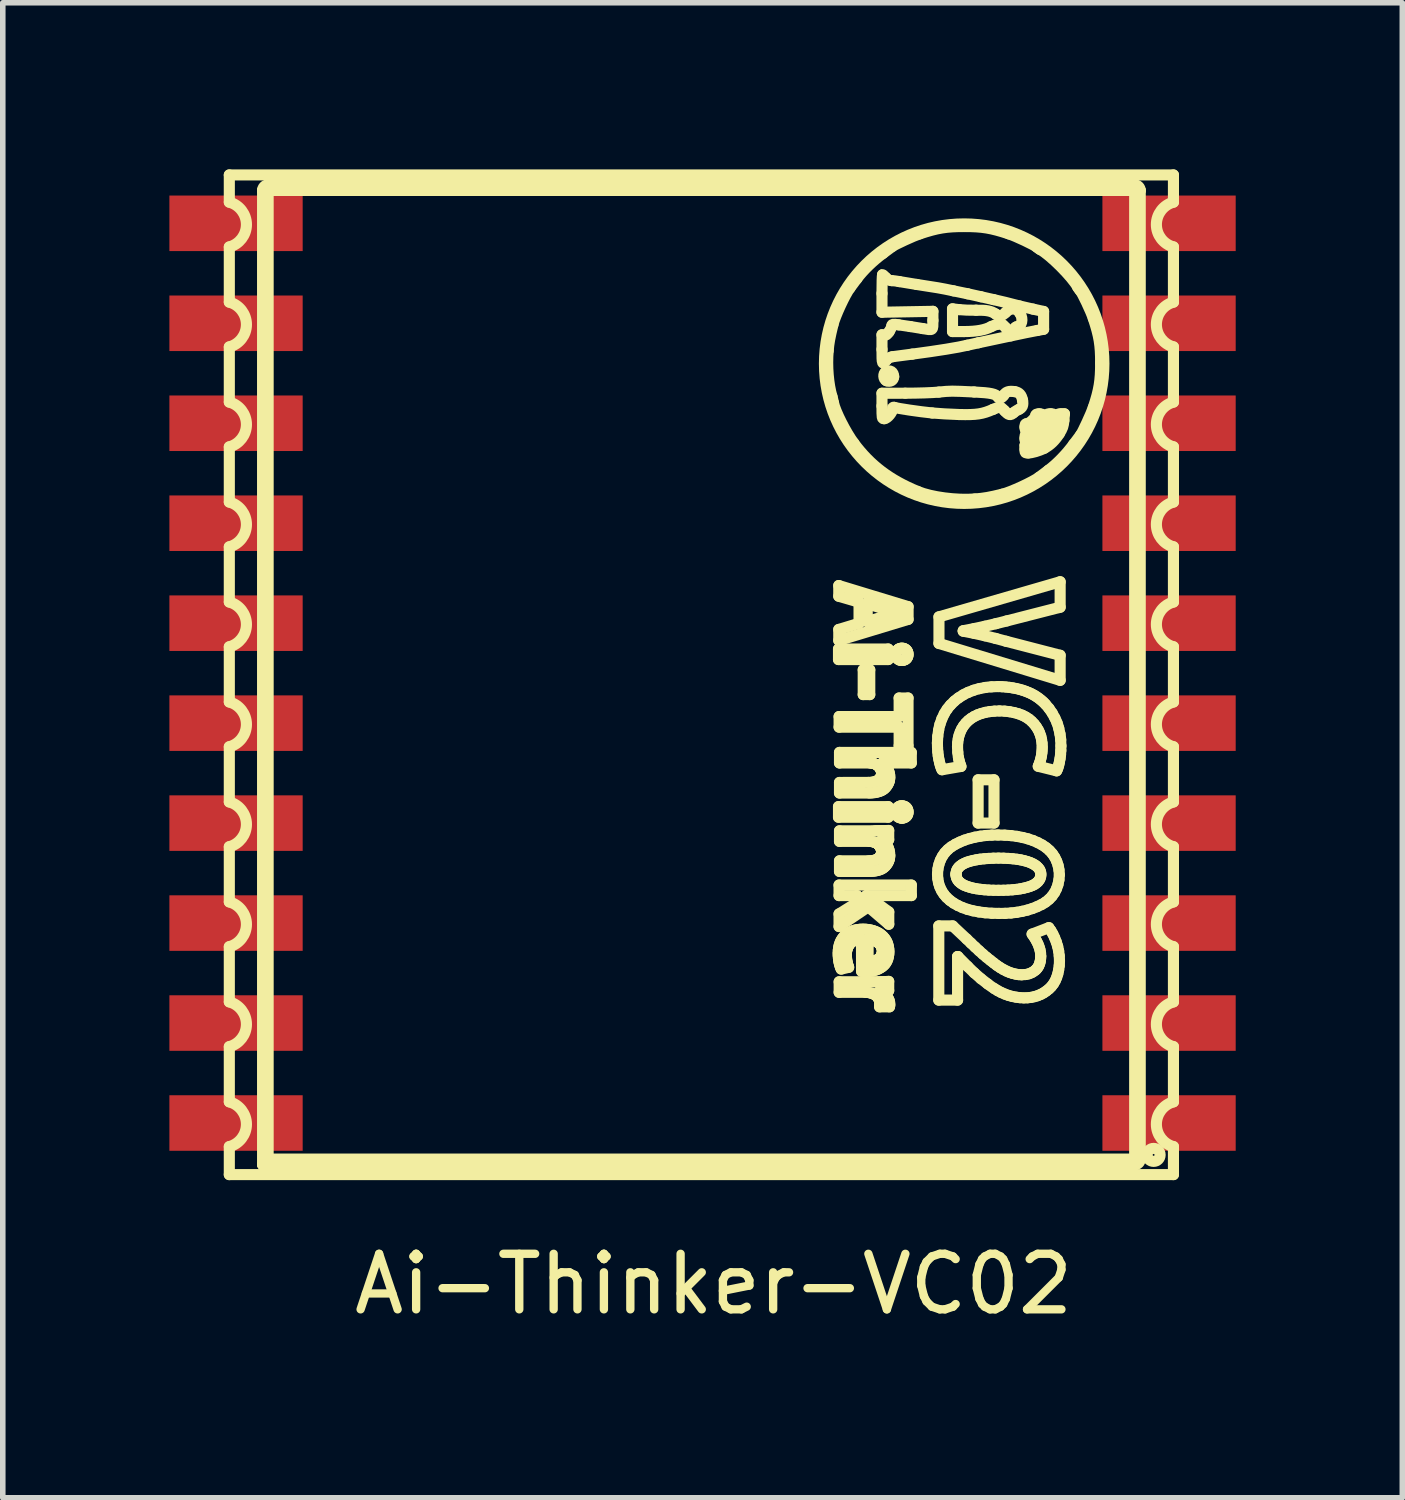
<source format=kicad_pcb>
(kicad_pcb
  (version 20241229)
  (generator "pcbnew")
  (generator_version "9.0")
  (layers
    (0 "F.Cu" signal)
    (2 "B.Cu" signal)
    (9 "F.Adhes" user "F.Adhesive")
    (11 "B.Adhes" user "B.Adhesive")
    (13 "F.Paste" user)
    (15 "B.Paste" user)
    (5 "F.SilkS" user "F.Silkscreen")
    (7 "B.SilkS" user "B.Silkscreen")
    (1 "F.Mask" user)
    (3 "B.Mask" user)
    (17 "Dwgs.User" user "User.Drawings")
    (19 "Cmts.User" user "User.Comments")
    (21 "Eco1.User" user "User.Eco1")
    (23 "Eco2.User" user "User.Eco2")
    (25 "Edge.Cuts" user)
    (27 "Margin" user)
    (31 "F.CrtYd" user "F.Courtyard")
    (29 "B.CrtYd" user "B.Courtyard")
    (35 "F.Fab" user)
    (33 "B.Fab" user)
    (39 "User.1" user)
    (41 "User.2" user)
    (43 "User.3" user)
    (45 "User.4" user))
  (footprint "Ai-Thinker-VC02"
    (layer "F.Cu")
    (at 9.8 19.571)
    (property "Reference" "Ai-Thinker-VC02" (at 0 0.5 0) (layer "F.SilkS") (effects (font (size 1 1) (thickness 0.15))))
    (attr through_hole)
    (fp_line (start -8.721 -19.471) (end 8.279 -19.471) (stroke (width 0.2) (type solid)) (layer "F.SilkS"))
    (fp_line (start -8.721 -18.981) (end -8.721 -19.471) (stroke (width 0.2) (type solid)) (layer "F.SilkS"))
    (fp_line (start -8.721 -17.181) (end -8.721 -18.175) (stroke (width 0.2) (type solid)) (layer "F.SilkS"))
    (fp_line (start -8.721 -15.381) (end -8.721 -16.375) (stroke (width 0.2) (type solid)) (layer "F.SilkS"))
    (fp_line (start -8.721 -13.581) (end -8.721 -14.575) (stroke (width 0.2) (type solid)) (layer "F.SilkS"))
    (fp_line (start -8.721 -11.781) (end -8.721 -12.775) (stroke (width 0.2) (type solid)) (layer "F.SilkS"))
    (fp_line (start -8.721 -9.981) (end -8.721 -10.975) (stroke (width 0.2) (type solid)) (layer "F.SilkS"))
    (fp_line (start -8.721 -8.181) (end -8.721 -9.175) (stroke (width 0.2) (type solid)) (layer "F.SilkS"))
    (fp_line (start -8.721 -6.381) (end -8.721 -7.375) (stroke (width 0.2) (type solid)) (layer "F.SilkS"))
    (fp_line (start -8.721 -4.581) (end -8.721 -5.575) (stroke (width 0.2) (type solid)) (layer "F.SilkS"))
    (fp_line (start -8.721 -2.781) (end -8.721 -3.775) (stroke (width 0.2) (type solid)) (layer "F.SilkS"))
    (fp_line (start -8.721 -1.471) (end -8.721 -1.975) (stroke (width 0.2) (type solid)) (layer "F.SilkS"))
    (fp_line (start -8.721 -1.471) (end 8.279 -1.471) (stroke (width 0.2) (type solid)) (layer "F.SilkS"))
    (fp_line (start -8.122 -1.65) (end -8.122 -19.192) (stroke (width 0.2) (type solid)) (layer "F.SilkS"))
    (fp_line (start -8.022 -19.292) (end -8.022 -1.75) (stroke (width 0.2) (type solid)) (layer "F.SilkS"))
    (fp_line (start -8.022 -19.292) (end 7.581 -19.292) (stroke (width 0.2) (type solid)) (layer "F.SilkS"))
    (fp_line (start -8.022 -1.75) (end -8.122 -1.65) (stroke (width 0.2) (type solid)) (layer "F.SilkS"))
    (fp_line (start -8.022 -1.75) (end 7.681 -1.75) (stroke (width 0.2) (type solid)) (layer "F.SilkS"))
    (fp_line (start 2.248 -10.935) (end 2.248 -10.745) (stroke (width 0.2) (type solid)) (layer "F.SilkS"))
    (fp_line (start 2.248 -10.745) (end 3.143 -10.745) (stroke (width 0.2) (type solid)) (layer "F.SilkS"))
    (fp_line (start 2.248 -8.097) (end 2.248 -7.906) (stroke (width 0.2) (type solid)) (layer "F.SilkS"))
    (fp_line (start 2.248 -7.906) (end 3.143 -7.906) (stroke (width 0.2) (type solid)) (layer "F.SilkS"))
    (fp_line (start 2.253 -12.078) (end 2.253 -11.885) (stroke (width 0.2) (type solid)) (layer "F.SilkS"))
    (fp_line (start 2.253 -11.885) (end 2.618 -11.778) (stroke (width 0.2) (type solid)) (layer "F.SilkS"))
    (fp_line (start 2.253 -11.287) (end 2.253 -11.089) (stroke (width 0.2) (type solid)) (layer "F.SilkS"))
    (fp_line (start 2.253 -11.089) (end 3.501 -11.468) (stroke (width 0.2) (type solid)) (layer "F.SilkS"))
    (fp_line (start 2.258 -6.685) (end 2.258 -6.495) (stroke (width 0.2) (type solid)) (layer "F.SilkS"))
    (fp_line (start 2.258 -6.495) (end 2.58 -6.495) (stroke (width 0.2) (type solid)) (layer "F.SilkS"))
    (fp_line (start 2.258 -6.165) (end 2.258 -5.938) (stroke (width 0.2) (type solid)) (layer "F.SilkS"))
    (fp_line (start 2.258 -5.938) (end 2.784 -6.294) (stroke (width 0.2) (type solid)) (layer "F.SilkS"))
    (fp_line (start 2.259 -9.719) (end 2.259 -9.528) (stroke (width 0.2) (type solid)) (layer "F.SilkS"))
    (fp_line (start 2.259 -9.528) (end 3.34 -9.528) (stroke (width 0.2) (type solid)) (layer "F.SilkS"))
    (fp_line (start 2.26 -4.943) (end 2.26 -4.753) (stroke (width 0.2) (type solid)) (layer "F.SilkS"))
    (fp_line (start 2.26 -4.753) (end 2.733 -4.753) (stroke (width 0.2) (type solid)) (layer "F.SilkS"))
    (fp_line (start 2.266 -9.073) (end 2.266 -8.883) (stroke (width 0.2) (type solid)) (layer "F.SilkS"))
    (fp_line (start 2.266 -8.883) (end 2.812 -8.883) (stroke (width 0.2) (type solid)) (layer "F.SilkS"))
    (fp_line (start 2.266 -8.532) (end 2.266 -8.342) (stroke (width 0.2) (type solid)) (layer "F.SilkS"))
    (fp_line (start 2.266 -8.342) (end 2.806 -8.342) (stroke (width 0.2) (type solid)) (layer "F.SilkS"))
    (fp_line (start 2.266 -7.661) (end 2.266 -7.471) (stroke (width 0.2) (type solid)) (layer "F.SilkS"))
    (fp_line (start 2.266 -7.471) (end 2.804 -7.471) (stroke (width 0.2) (type solid)) (layer "F.SilkS"))
    (fp_line (start 2.266 -7.121) (end 2.266 -6.93) (stroke (width 0.2) (type solid)) (layer "F.SilkS"))
    (fp_line (start 2.266 -6.93) (end 2.812 -6.93) (stroke (width 0.2) (type solid)) (layer "F.SilkS"))
    (fp_line (start 2.297 -5.172) (end 2.431 -5.203) (stroke (width 0.2) (type solid)) (layer "F.SilkS"))
    (fp_line (start 2.454 -17.435) (end 2.579 -17.603) (stroke (width 0.2) (type solid)) (layer "F.SilkS"))
    (fp_line (start 2.58 -6.495) (end 2.669 -6.422) (stroke (width 0.2) (type solid)) (layer "F.SilkS"))
    (fp_line (start 2.618 -11.778) (end 2.618 -11.398) (stroke (width 0.2) (type solid)) (layer "F.SilkS"))
    (fp_line (start 2.618 -11.398) (end 2.253 -11.287) (stroke (width 0.2) (type solid)) (layer "F.SilkS"))
    (fp_line (start 2.662 -5.712) (end 2.663 -5.132) (stroke (width 0.2) (type solid)) (layer "F.SilkS"))
    (fp_line (start 2.669 -6.422) (end 2.258 -6.165) (stroke (width 0.2) (type solid)) (layer "F.SilkS"))
    (fp_line (start 2.693 -10.56) (end 2.693 -10.114) (stroke (width 0.2) (type solid)) (layer "F.SilkS"))
    (fp_line (start 2.693 -10.114) (end 2.811 -10.114) (stroke (width 0.2) (type solid)) (layer "F.SilkS"))
    (fp_line (start 2.75 -6.492) (end 2.75 -6.495) (stroke (width 0.2) (type solid)) (layer "F.SilkS"))
    (fp_line (start 2.75 -6.495) (end 3.56 -6.495) (stroke (width 0.2) (type solid)) (layer "F.SilkS"))
    (fp_line (start 2.765 -11.749) (end 3.094 -11.65) (stroke (width 0.2) (type solid)) (layer "F.SilkS"))
    (fp_line (start 2.765 -11.429) (end 2.765 -11.749) (stroke (width 0.2) (type solid)) (layer "F.SilkS"))
    (fp_line (start 2.781 -5.305) (end 2.781 -5.711) (stroke (width 0.2) (type solid)) (layer "F.SilkS"))
    (fp_line (start 2.784 -6.294) (end 3.153 -5.979) (stroke (width 0.2) (type solid)) (layer "F.SilkS"))
    (fp_line (start 2.788 -8.533) (end 2.266 -8.532) (stroke (width 0.2) (type solid)) (layer "F.SilkS"))
    (fp_line (start 2.79 -7.121) (end 2.266 -7.121) (stroke (width 0.2) (type solid)) (layer "F.SilkS"))
    (fp_line (start 2.811 -10.56) (end 2.693 -10.56) (stroke (width 0.2) (type solid)) (layer "F.SilkS"))
    (fp_line (start 2.811 -10.114) (end 2.811 -10.56) (stroke (width 0.2) (type solid)) (layer "F.SilkS"))
    (fp_line (start 2.881 -4.943) (end 2.26 -4.943) (stroke (width 0.2) (type solid)) (layer "F.SilkS"))
    (fp_line (start 2.908 -7.662) (end 2.266 -7.661) (stroke (width 0.2) (type solid)) (layer "F.SilkS"))
    (fp_line (start 2.988 -4.492) (end 3.166 -4.492) (stroke (width 0.2) (type solid)) (layer "F.SilkS"))
    (fp_line (start 2.99 -4.771) (end 2.99 -4.777) (stroke (width 0.2) (type solid)) (layer "F.SilkS"))
    (fp_line (start 2.99 -4.777) (end 3.152 -4.784) (stroke (width 0.2) (type solid)) (layer "F.SilkS"))
    (fp_line (start 3.026 -7.487) (end 3.026 -7.492) (stroke (width 0.2) (type solid)) (layer "F.SilkS"))
    (fp_line (start 3.026 -7.492) (end 3.152 -7.502) (stroke (width 0.2) (type solid)) (layer "F.SilkS"))
    (fp_line (start 3.031 -17.337) (end 3.031 -16.999) (stroke (width 0.2) (type solid)) (layer "F.SilkS"))
    (fp_line (start 3.031 -16.999) (end 3.948 -17.015) (stroke (width 0.2) (type solid)) (layer "F.SilkS"))
    (fp_line (start 3.031 -16.593) (end 3.031 -16.33) (stroke (width 0.2) (type solid)) (layer "F.SilkS"))
    (fp_line (start 3.031 -15.54) (end 3.031 -15.311) (stroke (width 0.2) (type solid)) (layer "F.SilkS"))
    (fp_line (start 3.037 -8.879) (end 3.037 -8.883) (stroke (width 0.2) (type solid)) (layer "F.SilkS"))
    (fp_line (start 3.037 -8.883) (end 3.559 -8.883) (stroke (width 0.2) (type solid)) (layer "F.SilkS"))
    (fp_line (start 3.072 -16.586) (end 3.031 -16.593) (stroke (width 0.2) (type solid)) (layer "F.SilkS"))
    (fp_line (start 3.092 -11.527) (end 2.765 -11.429) (stroke (width 0.2) (type solid)) (layer "F.SilkS"))
    (fp_line (start 3.143 -10.935) (end 2.248 -10.935) (stroke (width 0.2) (type solid)) (layer "F.SilkS"))
    (fp_line (start 3.143 -10.745) (end 3.143 -10.935) (stroke (width 0.2) (type solid)) (layer "F.SilkS"))
    (fp_line (start 3.143 -8.097) (end 2.248 -8.097) (stroke (width 0.2) (type solid)) (layer "F.SilkS"))
    (fp_line (start 3.143 -7.906) (end 3.143 -8.097) (stroke (width 0.2) (type solid)) (layer "F.SilkS"))
    (fp_line (start 3.152 -4.784) (end 3.152 -4.95) (stroke (width 0.2) (type solid)) (layer "F.SilkS"))
    (fp_line (start 3.152 -7.502) (end 3.152 -7.668) (stroke (width 0.2) (type solid)) (layer "F.SilkS"))
    (fp_line (start 3.153 -6.201) (end 2.854 -6.423) (stroke (width 0.2) (type solid)) (layer "F.SilkS"))
    (fp_line (start 3.153 -5.979) (end 3.153 -6.201) (stroke (width 0.2) (type solid)) (layer "F.SilkS"))
    (fp_line (start 3.339 -11.592) (end 3.339 -11.588) (stroke (width 0.2) (type solid)) (layer "F.SilkS"))
    (fp_line (start 3.34 -10.053) (end 3.34 -9.719) (stroke (width 0.2) (type solid)) (layer "F.SilkS"))
    (fp_line (start 3.34 -9.719) (end 2.259 -9.719) (stroke (width 0.2) (type solid)) (layer "F.SilkS"))
    (fp_line (start 3.34 -9.528) (end 3.34 -9.193) (stroke (width 0.2) (type solid)) (layer "F.SilkS"))
    (fp_line (start 3.34 -9.193) (end 3.5 -9.193) (stroke (width 0.2) (type solid)) (layer "F.SilkS"))
    (fp_line (start 3.389 -10.729) (end 3.389 -10.729) (stroke (width 0.2) (type solid)) (layer "F.SilkS"))
    (fp_line (start 3.389 -7.89) (end 3.389 -7.89) (stroke (width 0.2) (type solid)) (layer "F.SilkS"))
    (fp_line (start 3.45 -15.541) (end 3.031 -15.54) (stroke (width 0.2) (type solid)) (layer "F.SilkS"))
    (fp_line (start 3.5 -10.053) (end 3.34 -10.053) (stroke (width 0.2) (type solid)) (layer "F.SilkS"))
    (fp_line (start 3.5 -9.193) (end 3.5 -10.053) (stroke (width 0.2) (type solid)) (layer "F.SilkS"))
    (fp_line (start 3.501 -11.698) (end 2.253 -12.078) (stroke (width 0.2) (type solid)) (layer "F.SilkS"))
    (fp_line (start 3.501 -11.468) (end 3.501 -11.698) (stroke (width 0.2) (type solid)) (layer "F.SilkS"))
    (fp_line (start 3.559 -9.073) (end 2.266 -9.073) (stroke (width 0.2) (type solid)) (layer "F.SilkS"))
    (fp_line (start 3.559 -8.883) (end 3.559 -9.073) (stroke (width 0.2) (type solid)) (layer "F.SilkS"))
    (fp_line (start 3.56 -6.685) (end 2.258 -6.685) (stroke (width 0.2) (type solid)) (layer "F.SilkS"))
    (fp_line (start 3.56 -6.495) (end 3.56 -6.685) (stroke (width 0.2) (type solid)) (layer "F.SilkS"))
    (fp_line (start 3.948 -17.015) (end 3.948 -16.851) (stroke (width 0.2) (type solid)) (layer "F.SilkS"))
    (fp_line (start 4.031 -6.882) (end 4.031 -6.882) (stroke (width 0.2) (type solid)) (layer "F.SilkS"))
    (fp_line (start 4.054 -5.949) (end 4.054 -4.613) (stroke (width 0.2) (type solid)) (layer "F.SilkS"))
    (fp_line (start 4.054 -4.613) (end 4.392 -4.613) (stroke (width 0.2) (type solid)) (layer "F.SilkS"))
    (fp_line (start 4.057 -11.514) (end 4.057 -11.035) (stroke (width 0.2) (type solid)) (layer "F.SilkS"))
    (fp_line (start 4.057 -11.035) (end 6.239 -10.371) (stroke (width 0.2) (type solid)) (layer "F.SilkS"))
    (fp_line (start 4.112 -8.761) (end 4.453 -8.82) (stroke (width 0.2) (type solid)) (layer "F.SilkS"))
    (fp_line (start 4.301 -17.06) (end 4.42 -17.046) (stroke (width 0.2) (type solid)) (layer "F.SilkS"))
    (fp_line (start 4.301 -16.651) (end 4.301 -17.06) (stroke (width 0.2) (type solid)) (layer "F.SilkS"))
    (fp_line (start 4.304 -5.949) (end 4.054 -5.949) (stroke (width 0.2) (type solid)) (layer "F.SilkS"))
    (fp_line (start 4.363 -6.877) (end 4.363 -6.88) (stroke (width 0.2) (type solid)) (layer "F.SilkS"))
    (fp_line (start 4.392 -5.397) (end 4.398 -5.397) (stroke (width 0.2) (type solid)) (layer "F.SilkS"))
    (fp_line (start 4.392 -4.613) (end 4.392 -5.397) (stroke (width 0.2) (type solid)) (layer "F.SilkS"))
    (fp_line (start 4.398 -5.397) (end 4.574 -5.219) (stroke (width 0.2) (type solid)) (layer "F.SilkS"))
    (fp_line (start 4.494 -11.256) (end 4.494 -11.264) (stroke (width 0.2) (type solid)) (layer "F.SilkS"))
    (fp_line (start 4.511 -16.651) (end 4.301 -16.651) (stroke (width 0.2) (type solid)) (layer "F.SilkS"))
    (fp_line (start 4.557 -5.712) (end 4.304 -5.949) (stroke (width 0.2) (type solid)) (layer "F.SilkS"))
    (fp_line (start 4.762 -8.58) (end 4.762 -7.801) (stroke (width 0.2) (type solid)) (layer "F.SilkS"))
    (fp_line (start 4.762 -7.801) (end 5.048 -7.801) (stroke (width 0.2) (type solid)) (layer "F.SilkS"))
    (fp_line (start 5.048 -8.58) (end 4.762 -8.58) (stroke (width 0.2) (type solid)) (layer "F.SilkS"))
    (fp_line (start 5.048 -7.801) (end 5.048 -8.58) (stroke (width 0.2) (type solid)) (layer "F.SilkS"))
    (fp_line (start 5.276 -11.44) (end 6.239 -11.687) (stroke (width 0.2) (type solid)) (layer "F.SilkS"))
    (fp_line (start 5.606 -14.601) (end 5.606 -14.532) (stroke (width 0.2) (type solid)) (layer "F.SilkS"))
    (fp_line (start 5.698 -14.61) (end 5.606 -14.601) (stroke (width 0.2) (type solid)) (layer "F.SilkS"))
    (fp_line (start 5.83 -16.671) (end 5.941 -16.692) (stroke (width 0.2) (type solid)) (layer "F.SilkS"))
    (fp_line (start 5.845 -8.823) (end 6.175 -8.741) (stroke (width 0.2) (type solid)) (layer "F.SilkS"))
    (fp_line (start 5.941 -17.013) (end 5.751 -17.055) (stroke (width 0.2) (type solid)) (layer "F.SilkS"))
    (fp_line (start 5.941 -16.692) (end 5.941 -17.013) (stroke (width 0.2) (type solid)) (layer "F.SilkS"))
    (fp_line (start 6.028 -14.154) (end 5.861 -14.028) (stroke (width 0.2) (type solid)) (layer "F.SilkS"))
    (fp_line (start 6.035 -5.918) (end 5.734 -5.802) (stroke (width 0.2) (type solid)) (layer "F.SilkS"))
    (fp_line (start 6.239 -12.146) (end 4.057 -11.514) (stroke (width 0.2) (type solid)) (layer "F.SilkS"))
    (fp_line (start 6.239 -11.687) (end 6.239 -12.146) (stroke (width 0.2) (type solid)) (layer "F.SilkS"))
    (fp_line (start 6.239 -10.822) (end 5.267 -11.074) (stroke (width 0.2) (type solid)) (layer "F.SilkS"))
    (fp_line (start 6.239 -10.371) (end 6.239 -10.822) (stroke (width 0.2) (type solid)) (layer "F.SilkS"))
    (fp_line (start 6.306 -15.048) (end 6.316 -15.17) (stroke (width 0.2) (type solid)) (layer "F.SilkS"))
    (fp_line (start 6.316 -15.17) (end 6.254 -15.17) (stroke (width 0.2) (type solid)) (layer "F.SilkS"))
    (fp_line (start 7.581 -1.65) (end -8.122 -1.65) (stroke (width 0.2) (type solid)) (layer "F.SilkS"))
    (fp_line (start 7.581 -1.65) (end 7.581 -19.292) (stroke (width 0.2) (type solid)) (layer "F.SilkS"))
    (fp_line (start 7.681 -19.192) (end -8.122 -19.192) (stroke (width 0.2) (type solid)) (layer "F.SilkS"))
    (fp_line (start 7.681 -19.192) (end 7.681 -1.75) (stroke (width 0.2) (type solid)) (layer "F.SilkS"))
    (fp_line (start 8.279 -18.981) (end 8.279 -19.471) (stroke (width 0.2) (type solid)) (layer "F.SilkS"))
    (fp_line (start 8.279 -17.181) (end 8.279 -18.175) (stroke (width 0.2) (type solid)) (layer "F.SilkS"))
    (fp_line (start 8.279 -15.381) (end 8.279 -16.375) (stroke (width 0.2) (type solid)) (layer "F.SilkS"))
    (fp_line (start 8.279 -13.581) (end 8.279 -14.575) (stroke (width 0.2) (type solid)) (layer "F.SilkS"))
    (fp_line (start 8.279 -11.781) (end 8.279 -12.775) (stroke (width 0.2) (type solid)) (layer "F.SilkS"))
    (fp_line (start 8.279 -9.981) (end 8.279 -10.975) (stroke (width 0.2) (type solid)) (layer "F.SilkS"))
    (fp_line (start 8.279 -8.181) (end 8.279 -9.175) (stroke (width 0.2) (type solid)) (layer "F.SilkS"))
    (fp_line (start 8.279 -6.381) (end 8.279 -7.375) (stroke (width 0.2) (type solid)) (layer "F.SilkS"))
    (fp_line (start 8.279 -4.581) (end 8.279 -5.575) (stroke (width 0.2) (type solid)) (layer "F.SilkS"))
    (fp_line (start 8.279 -2.781) (end 8.279 -3.775) (stroke (width 0.2) (type solid)) (layer "F.SilkS"))
    (fp_line (start 8.279 -1.471) (end 8.279 -1.975) (stroke (width 0.2) (type solid)) (layer "F.SilkS"))
    (fp_arc (start -8.720538 -18.98069) (mid -8.412904 -18.577792) (end -8.720539 -18.174894) (stroke (width 0.2) (type solid)) (layer "F.SilkS"))
    (fp_arc (start -8.720538 -17.18069) (mid -8.412904 -16.777792) (end -8.720539 -16.374894) (stroke (width 0.2) (type solid)) (layer "F.SilkS"))
    (fp_arc (start -8.720538 -15.38069) (mid -8.412904 -14.977792) (end -8.720539 -14.574894) (stroke (width 0.2) (type solid)) (layer "F.SilkS"))
    (fp_arc (start -8.720538 -13.58069) (mid -8.412904 -13.177792) (end -8.720539 -12.774894) (stroke (width 0.2) (type solid)) (layer "F.SilkS"))
    (fp_arc (start -8.720538 -11.78069) (mid -8.412904 -11.377792) (end -8.720539 -10.974894) (stroke (width 0.2) (type solid)) (layer "F.SilkS"))
    (fp_arc (start -8.720538 -9.980691) (mid -8.412904 -9.577793) (end -8.720539 -9.174895) (stroke (width 0.2) (type solid)) (layer "F.SilkS"))
    (fp_arc (start -8.720538 -8.180691) (mid -8.412904 -7.777793) (end -8.720539 -7.374895) (stroke (width 0.2) (type solid)) (layer "F.SilkS"))
    (fp_arc (start -8.720538 -6.380691) (mid -8.412904 -5.977793) (end -8.720539 -5.574895) (stroke (width 0.2) (type solid)) (layer "F.SilkS"))
    (fp_arc (start -8.720538 -4.580691) (mid -8.412904 -4.177793) (end -8.720539 -3.774895) (stroke (width 0.2) (type solid)) (layer "F.SilkS"))
    (fp_arc (start -8.720538 -2.780691) (mid -8.412904 -2.377793) (end -8.720539 -1.974895) (stroke (width 0.2) (type solid)) (layer "F.SilkS"))
    (fp_arc (start -8.122096 -19.191897) (mid -8.092807 -19.262608) (end -8.022096 -19.291897) (stroke (width 0.2) (type solid)) (layer "F.SilkS"))
    (fp_arc (start 7.581018 -19.291897) (mid 7.651729 -19.262608) (end 7.681018 -19.191897) (stroke (width 0.2) (type solid)) (layer "F.SilkS"))
    (fp_arc (start 7.681018 -1.749523) (mid 7.651729 -1.678812) (end 7.581018 -1.649523) (stroke (width 0.2) (type solid)) (layer "F.SilkS"))
    (fp_arc (start 8.27946 -18.174893) (mid 7.971825 -18.577792) (end 8.279461 -18.980691) (stroke (width 0.2) (type solid)) (layer "F.SilkS"))
    (fp_arc (start 8.27946 -16.374893) (mid 7.971825 -16.777792) (end 8.279461 -17.180691) (stroke (width 0.2) (type solid)) (layer "F.SilkS"))
    (fp_arc (start 8.27946 -14.574893) (mid 7.971825 -14.977792) (end 8.279461 -15.380691) (stroke (width 0.2) (type solid)) (layer "F.SilkS"))
    (fp_arc (start 8.27946 -12.774893) (mid 7.971825 -13.177792) (end 8.279461 -13.580691) (stroke (width 0.2) (type solid)) (layer "F.SilkS"))
    (fp_arc (start 8.27946 -10.974893) (mid 7.971825 -11.377792) (end 8.279461 -11.780691) (stroke (width 0.2) (type solid)) (layer "F.SilkS"))
    (fp_arc (start 8.27946 -9.174894) (mid 7.971825 -9.577793) (end 8.279461 -9.980692) (stroke (width 0.2) (type solid)) (layer "F.SilkS"))
    (fp_arc (start 8.27946 -7.374894) (mid 7.971825 -7.777793) (end 8.279461 -8.180692) (stroke (width 0.2) (type solid)) (layer "F.SilkS"))
    (fp_arc (start 8.27946 -5.574894) (mid 7.971825 -5.977793) (end 8.279461 -6.380692) (stroke (width 0.2) (type solid)) (layer "F.SilkS"))
    (fp_arc (start 8.27946 -3.774894) (mid 7.971825 -4.177793) (end 8.279461 -4.580692) (stroke (width 0.2) (type solid)) (layer "F.SilkS"))
    (fp_arc (start 8.27946 -1.974894) (mid 7.971825 -2.377793) (end 8.279461 -2.780692) (stroke (width 0.2) (type solid)) (layer "F.SilkS"))
    (fp_circle (center 4.511 -16.073) (end 7.027 -16.073) (stroke (width 0.2) (type solid)) (fill no) (layer "F.SilkS"))
    (fp_circle (center 7.922 -1.826) (end 8.039 -1.826) (stroke (width 0.2) (type solid)) (fill no) (layer "F.SilkS"))
    (fp_curve (pts (xy 2.062 -16.307) (xy 2.075 -16.451) (xy 2.089 -16.529) (xy 2.148 -16.775)) (stroke (width 0.2) (type solid)) (layer "F.SilkS"))
    (fp_curve (pts (xy 2.131 -15.478) (xy 2.064 -15.708) (xy 2.038 -16.025) (xy 2.062 -16.307)) (stroke (width 0.2) (type solid)) (layer "F.SilkS"))
    (fp_curve (pts (xy 2.148 -16.775) (xy 2.185 -16.925) (xy 2.367 -17.32) (xy 2.454 -17.435)) (stroke (width 0.2) (type solid)) (layer "F.SilkS"))
    (fp_curve (pts (xy 2.158 -15.366) (xy 2.152 -15.399) (xy 2.139 -15.449) (xy 2.131 -15.478)) (stroke (width 0.2) (type solid)) (layer "F.SilkS"))
    (fp_curve (pts (xy 2.242 -5.461) (xy 2.242 -5.446) (xy 2.243 -5.43) (xy 2.243 -5.415)) (stroke (width 0.2) (type solid)) (layer "F.SilkS"))
    (fp_curve (pts (xy 2.243 -5.415) (xy 2.244 -5.401) (xy 2.245 -5.386) (xy 2.247 -5.372)) (stroke (width 0.2) (type solid)) (layer "F.SilkS"))
    (fp_curve (pts (xy 2.245 -5.512) (xy 2.243 -5.495) (xy 2.243 -5.478) (xy 2.242 -5.461)) (stroke (width 0.2) (type solid)) (layer "F.SilkS"))
    (fp_curve (pts (xy 2.247 -5.372) (xy 2.248 -5.358) (xy 2.25 -5.345) (xy 2.252 -5.331)) (stroke (width 0.2) (type solid)) (layer "F.SilkS"))
    (fp_curve (pts (xy 2.251 -5.559) (xy 2.248 -5.543) (xy 2.246 -5.528) (xy 2.245 -5.512)) (stroke (width 0.2) (type solid)) (layer "F.SilkS"))
    (fp_curve (pts (xy 2.252 -5.331) (xy 2.254 -5.319) (xy 2.256 -5.306) (xy 2.258 -5.293)) (stroke (width 0.2) (type solid)) (layer "F.SilkS"))
    (fp_curve (pts (xy 2.258 -5.293) (xy 2.261 -5.281) (xy 2.264 -5.27) (xy 2.267 -5.258)) (stroke (width 0.2) (type solid)) (layer "F.SilkS"))
    (fp_curve (pts (xy 2.261 -5.604) (xy 2.257 -5.589) (xy 2.254 -5.574) (xy 2.251 -5.559)) (stroke (width 0.2) (type solid)) (layer "F.SilkS"))
    (fp_curve (pts (xy 2.267 -5.258) (xy 2.269 -5.247) (xy 2.272 -5.237) (xy 2.276 -5.226)) (stroke (width 0.2) (type solid)) (layer "F.SilkS"))
    (fp_curve (pts (xy 2.275 -5.645) (xy 2.27 -5.632) (xy 2.265 -5.618) (xy 2.261 -5.604)) (stroke (width 0.2) (type solid)) (layer "F.SilkS"))
    (fp_curve (pts (xy 2.276 -5.226) (xy 2.279 -5.217) (xy 2.282 -5.207) (xy 2.286 -5.198)) (stroke (width 0.2) (type solid)) (layer "F.SilkS"))
    (fp_curve (pts (xy 2.286 -5.198) (xy 2.289 -5.189) (xy 2.293 -5.181) (xy 2.297 -5.172)) (stroke (width 0.2) (type solid)) (layer "F.SilkS"))
    (fp_curve (pts (xy 2.292 -5.683) (xy 2.286 -5.671) (xy 2.28 -5.658) (xy 2.275 -5.645)) (stroke (width 0.2) (type solid)) (layer "F.SilkS"))
    (fp_curve (pts (xy 2.313 -5.718) (xy 2.306 -5.707) (xy 2.299 -5.695) (xy 2.292 -5.683)) (stroke (width 0.2) (type solid)) (layer "F.SilkS"))
    (fp_curve (pts (xy 2.338 -5.751) (xy 2.329 -5.74) (xy 2.321 -5.73) (xy 2.313 -5.718)) (stroke (width 0.2) (type solid)) (layer "F.SilkS"))
    (fp_curve (pts (xy 2.367 -5.78) (xy 2.357 -5.771) (xy 2.347 -5.761) (xy 2.338 -5.751)) (stroke (width 0.2) (type solid)) (layer "F.SilkS"))
    (fp_curve (pts (xy 2.39 -5.432) (xy 2.39 -5.442) (xy 2.39 -5.451) (xy 2.391 -5.46)) (stroke (width 0.2) (type solid)) (layer "F.SilkS"))
    (fp_curve (pts (xy 2.391 -5.46) (xy 2.391 -5.469) (xy 2.392 -5.478) (xy 2.393 -5.487)) (stroke (width 0.2) (type solid)) (layer "F.SilkS"))
    (fp_curve (pts (xy 2.391 -5.396) (xy 2.39 -5.408) (xy 2.39 -5.42) (xy 2.39 -5.432)) (stroke (width 0.2) (type solid)) (layer "F.SilkS"))
    (fp_curve (pts (xy 2.393 -5.362) (xy 2.392 -5.373) (xy 2.391 -5.384) (xy 2.391 -5.396)) (stroke (width 0.2) (type solid)) (layer "F.SilkS"))
    (fp_curve (pts (xy 2.393 -5.487) (xy 2.394 -5.495) (xy 2.396 -5.504) (xy 2.398 -5.512)) (stroke (width 0.2) (type solid)) (layer "F.SilkS"))
    (fp_curve (pts (xy 2.397 -5.33) (xy 2.395 -5.341) (xy 2.394 -5.351) (xy 2.393 -5.362)) (stroke (width 0.2) (type solid)) (layer "F.SilkS"))
    (fp_curve (pts (xy 2.398 -5.512) (xy 2.4 -5.521) (xy 2.402 -5.529) (xy 2.405 -5.537)) (stroke (width 0.2) (type solid)) (layer "F.SilkS"))
    (fp_curve (pts (xy 2.398 -5.806) (xy 2.387 -5.797) (xy 2.377 -5.789) (xy 2.367 -5.78)) (stroke (width 0.2) (type solid)) (layer "F.SilkS"))
    (fp_curve (pts (xy 2.402 -5.301) (xy 2.4 -5.311) (xy 2.398 -5.32) (xy 2.397 -5.33)) (stroke (width 0.2) (type solid)) (layer "F.SilkS"))
    (fp_curve (pts (xy 2.405 -5.537) (xy 2.407 -5.545) (xy 2.41 -5.553) (xy 2.414 -5.561)) (stroke (width 0.2) (type solid)) (layer "F.SilkS"))
    (fp_curve (pts (xy 2.408 -5.275) (xy 2.405 -5.283) (xy 2.403 -5.292) (xy 2.402 -5.301)) (stroke (width 0.2) (type solid)) (layer "F.SilkS"))
    (fp_curve (pts (xy 2.414 -5.561) (xy 2.417 -5.568) (xy 2.42 -5.576) (xy 2.424 -5.583)) (stroke (width 0.2) (type solid)) (layer "F.SilkS"))
    (fp_curve (pts (xy 2.415 -5.249) (xy 2.412 -5.258) (xy 2.41 -5.266) (xy 2.408 -5.275)) (stroke (width 0.2) (type solid)) (layer "F.SilkS"))
    (fp_curve (pts (xy 2.423 -5.225) (xy 2.42 -5.233) (xy 2.417 -5.241) (xy 2.415 -5.249)) (stroke (width 0.2) (type solid)) (layer "F.SilkS"))
    (fp_curve (pts (xy 2.424 -5.583) (xy 2.428 -5.591) (xy 2.433 -5.598) (xy 2.437 -5.605)) (stroke (width 0.2) (type solid)) (layer "F.SilkS"))
    (fp_curve (pts (xy 2.431 -5.203) (xy 2.428 -5.21) (xy 2.425 -5.218) (xy 2.423 -5.225)) (stroke (width 0.2) (type solid)) (layer "F.SilkS"))
    (fp_curve (pts (xy 2.432 -5.828) (xy 2.421 -5.821) (xy 2.409 -5.814) (xy 2.398 -5.806)) (stroke (width 0.2) (type solid)) (layer "F.SilkS"))
    (fp_curve (pts (xy 2.437 -5.605) (xy 2.442 -5.612) (xy 2.447 -5.619) (xy 2.452 -5.625)) (stroke (width 0.2) (type solid)) (layer "F.SilkS"))
    (fp_curve (pts (xy 2.452 -5.625) (xy 2.457 -5.632) (xy 2.463 -5.638) (xy 2.469 -5.644)) (stroke (width 0.2) (type solid)) (layer "F.SilkS"))
    (fp_curve (pts (xy 2.469 -5.847) (xy 2.456 -5.841) (xy 2.444 -5.835) (xy 2.432 -5.828)) (stroke (width 0.2) (type solid)) (layer "F.SilkS"))
    (fp_curve (pts (xy 2.469 -5.644) (xy 2.475 -5.65) (xy 2.482 -5.656) (xy 2.489 -5.661)) (stroke (width 0.2) (type solid)) (layer "F.SilkS"))
    (fp_curve (pts (xy 2.489 -5.661) (xy 2.496 -5.666) (xy 2.504 -5.671) (xy 2.511 -5.675)) (stroke (width 0.2) (type solid)) (layer "F.SilkS"))
    (fp_curve (pts (xy 2.508 -5.863) (xy 2.495 -5.858) (xy 2.482 -5.853) (xy 2.469 -5.847)) (stroke (width 0.2) (type solid)) (layer "F.SilkS"))
    (fp_curve (pts (xy 2.511 -5.675) (xy 2.52 -5.68) (xy 2.528 -5.683) (xy 2.537 -5.687)) (stroke (width 0.2) (type solid)) (layer "F.SilkS"))
    (fp_curve (pts (xy 2.525 -14.641) (xy 2.381 -14.835) (xy 2.189 -15.213) (xy 2.158 -15.366)) (stroke (width 0.2) (type solid)) (layer "F.SilkS"))
    (fp_curve (pts (xy 2.537 -5.687) (xy 2.546 -5.691) (xy 2.555 -5.694) (xy 2.564 -5.697)) (stroke (width 0.2) (type solid)) (layer "F.SilkS"))
    (fp_curve (pts (xy 2.55 -5.875) (xy 2.536 -5.871) (xy 2.522 -5.867) (xy 2.508 -5.863)) (stroke (width 0.2) (type solid)) (layer "F.SilkS"))
    (fp_curve (pts (xy 2.564 -5.697) (xy 2.574 -5.7) (xy 2.584 -5.702) (xy 2.594 -5.704)) (stroke (width 0.2) (type solid)) (layer "F.SilkS"))
    (fp_curve (pts (xy 2.579 -17.603) (xy 2.695 -17.757) (xy 2.867 -17.924) (xy 3.048 -18.058)) (stroke (width 0.2) (type solid)) (layer "F.SilkS"))
    (fp_curve (pts (xy 2.594 -5.884) (xy 2.579 -5.881) (xy 2.564 -5.878) (xy 2.55 -5.875)) (stroke (width 0.2) (type solid)) (layer "F.SilkS"))
    (fp_curve (pts (xy 2.594 -5.704) (xy 2.605 -5.707) (xy 2.616 -5.708) (xy 2.627 -5.71)) (stroke (width 0.2) (type solid)) (layer "F.SilkS"))
    (fp_curve (pts (xy 2.627 -5.71) (xy 2.639 -5.711) (xy 2.65 -5.712) (xy 2.662 -5.712)) (stroke (width 0.2) (type solid)) (layer "F.SilkS"))
    (fp_curve (pts (xy 2.64 -5.889) (xy 2.625 -5.888) (xy 2.609 -5.886) (xy 2.594 -5.884)) (stroke (width 0.2) (type solid)) (layer "F.SilkS"))
    (fp_curve (pts (xy 2.663 -5.132) (xy 2.673 -5.13) (xy 2.684 -5.129) (xy 2.695 -5.128)) (stroke (width 0.2) (type solid)) (layer "F.SilkS"))
    (fp_curve (pts (xy 2.69 -5.891) (xy 2.673 -5.891) (xy 2.657 -5.89) (xy 2.64 -5.889)) (stroke (width 0.2) (type solid)) (layer "F.SilkS"))
    (fp_curve (pts (xy 2.695 -5.128) (xy 2.707 -5.127) (xy 2.72 -5.127) (xy 2.732 -5.127)) (stroke (width 0.2) (type solid)) (layer "F.SilkS"))
    (fp_curve (pts (xy 2.732 -5.127) (xy 2.747 -5.127) (xy 2.761 -5.127) (xy 2.775 -5.128)) (stroke (width 0.2) (type solid)) (layer "F.SilkS"))
    (fp_curve (pts (xy 2.733 -4.753) (xy 2.743 -4.752) (xy 2.753 -4.752) (xy 2.762 -4.751)) (stroke (width 0.2) (type solid)) (layer "F.SilkS"))
    (fp_curve (pts (xy 2.739 -5.889) (xy 2.723 -5.89) (xy 2.706 -5.891) (xy 2.69 -5.891)) (stroke (width 0.2) (type solid)) (layer "F.SilkS"))
    (fp_curve (pts (xy 2.762 -4.751) (xy 2.771 -4.751) (xy 2.78 -4.75) (xy 2.789 -4.749)) (stroke (width 0.2) (type solid)) (layer "F.SilkS"))
    (fp_curve (pts (xy 2.775 -5.128) (xy 2.789 -5.129) (xy 2.803 -5.13) (xy 2.816 -5.131)) (stroke (width 0.2) (type solid)) (layer "F.SilkS"))
    (fp_curve (pts (xy 2.781 -5.711) (xy 2.795 -5.709) (xy 2.81 -5.707) (xy 2.825 -5.705)) (stroke (width 0.2) (type solid)) (layer "F.SilkS"))
    (fp_curve (pts (xy 2.786 -5.884) (xy 2.771 -5.886) (xy 2.755 -5.888) (xy 2.739 -5.889)) (stroke (width 0.2) (type solid)) (layer "F.SilkS"))
    (fp_curve (pts (xy 2.789 -4.749) (xy 2.798 -4.748) (xy 2.807 -4.746) (xy 2.815 -4.744)) (stroke (width 0.2) (type solid)) (layer "F.SilkS"))
    (fp_curve (pts (xy 2.803 -6.458) (xy 2.786 -6.47) (xy 2.768 -6.481) (xy 2.75 -6.492)) (stroke (width 0.2) (type solid)) (layer "F.SilkS"))
    (fp_curve (pts (xy 2.804 -7.471) (xy 2.813 -7.47) (xy 2.822 -7.47) (xy 2.83 -7.469)) (stroke (width 0.2) (type solid)) (layer "F.SilkS"))
    (fp_curve (pts (xy 2.806 -8.342) (xy 2.822 -8.343) (xy 2.839 -8.344) (xy 2.855 -8.345)) (stroke (width 0.2) (type solid)) (layer "F.SilkS"))
    (fp_curve (pts (xy 2.812 -8.883) (xy 2.821 -8.882) (xy 2.829 -8.882) (xy 2.837 -8.881)) (stroke (width 0.2) (type solid)) (layer "F.SilkS"))
    (fp_curve (pts (xy 2.812 -6.93) (xy 2.829 -6.931) (xy 2.845 -6.932) (xy 2.861 -6.933)) (stroke (width 0.2) (type solid)) (layer "F.SilkS"))
    (fp_curve (pts (xy 2.815 -4.744) (xy 2.823 -4.743) (xy 2.831 -4.741) (xy 2.839 -4.738)) (stroke (width 0.2) (type solid)) (layer "F.SilkS"))
    (fp_curve (pts (xy 2.816 -5.131) (xy 2.83 -5.133) (xy 2.843 -5.135) (xy 2.856 -5.138)) (stroke (width 0.2) (type solid)) (layer "F.SilkS"))
    (fp_curve (pts (xy 2.825 -5.705) (xy 2.839 -5.702) (xy 2.854 -5.698) (xy 2.868 -5.693)) (stroke (width 0.2) (type solid)) (layer "F.SilkS"))
    (fp_curve (pts (xy 2.826 -5.307) (xy 2.811 -5.305) (xy 2.796 -5.305) (xy 2.781 -5.305)) (stroke (width 0.2) (type solid)) (layer "F.SilkS"))
    (fp_curve (pts (xy 2.83 -7.469) (xy 2.838 -7.468) (xy 2.847 -7.467) (xy 2.855 -7.466)) (stroke (width 0.2) (type solid)) (layer "F.SilkS"))
    (fp_curve (pts (xy 2.831 -5.875) (xy 2.817 -5.879) (xy 2.802 -5.882) (xy 2.786 -5.884)) (stroke (width 0.2) (type solid)) (layer "F.SilkS"))
    (fp_curve (pts (xy 2.835 -8.534) (xy 2.82 -8.533) (xy 2.804 -8.533) (xy 2.788 -8.533)) (stroke (width 0.2) (type solid)) (layer "F.SilkS"))
    (fp_curve (pts (xy 2.837 -7.123) (xy 2.821 -7.121) (xy 2.805 -7.121) (xy 2.79 -7.121)) (stroke (width 0.2) (type solid)) (layer "F.SilkS"))
    (fp_curve (pts (xy 2.837 -8.881) (xy 2.845 -8.88) (xy 2.852 -8.879) (xy 2.86 -8.878)) (stroke (width 0.2) (type solid)) (layer "F.SilkS"))
    (fp_curve (pts (xy 2.839 -4.738) (xy 2.847 -4.736) (xy 2.855 -4.733) (xy 2.862 -4.731)) (stroke (width 0.2) (type solid)) (layer "F.SilkS"))
    (fp_curve (pts (xy 2.854 -6.423) (xy 2.837 -6.435) (xy 2.82 -6.447) (xy 2.803 -6.458)) (stroke (width 0.2) (type solid)) (layer "F.SilkS"))
    (fp_curve (pts (xy 2.855 -7.466) (xy 2.862 -7.465) (xy 2.87 -7.463) (xy 2.877 -7.461)) (stroke (width 0.2) (type solid)) (layer "F.SilkS"))
    (fp_curve (pts (xy 2.855 -8.345) (xy 2.871 -8.346) (xy 2.886 -8.348) (xy 2.901 -8.35)) (stroke (width 0.2) (type solid)) (layer "F.SilkS"))
    (fp_curve (pts (xy 2.856 -5.138) (xy 2.869 -5.14) (xy 2.881 -5.143) (xy 2.894 -5.147)) (stroke (width 0.2) (type solid)) (layer "F.SilkS"))
    (fp_curve (pts (xy 2.86 -8.878) (xy 2.867 -8.876) (xy 2.875 -8.875) (xy 2.882 -8.873)) (stroke (width 0.2) (type solid)) (layer "F.SilkS"))
    (fp_curve (pts (xy 2.861 -6.933) (xy 2.876 -6.934) (xy 2.891 -6.936) (xy 2.905 -6.938)) (stroke (width 0.2) (type solid)) (layer "F.SilkS"))
    (fp_curve (pts (xy 2.862 -4.731) (xy 2.869 -4.728) (xy 2.877 -4.725) (xy 2.884 -4.721)) (stroke (width 0.2) (type solid)) (layer "F.SilkS"))
    (fp_curve (pts (xy 2.868 -5.693) (xy 2.882 -5.688) (xy 2.896 -5.683) (xy 2.91 -5.676)) (stroke (width 0.2) (type solid)) (layer "F.SilkS"))
    (fp_curve (pts (xy 2.869 -5.314) (xy 2.855 -5.31) (xy 2.84 -5.308) (xy 2.826 -5.307)) (stroke (width 0.2) (type solid)) (layer "F.SilkS"))
    (fp_curve (pts (xy 2.874 -5.864) (xy 2.86 -5.868) (xy 2.846 -5.872) (xy 2.831 -5.875)) (stroke (width 0.2) (type solid)) (layer "F.SilkS"))
    (fp_curve (pts (xy 2.877 -7.461) (xy 2.885 -7.459) (xy 2.892 -7.457) (xy 2.899 -7.455)) (stroke (width 0.2) (type solid)) (layer "F.SilkS"))
    (fp_curve (pts (xy 2.879 -8.541) (xy 2.865 -8.538) (xy 2.85 -8.536) (xy 2.835 -8.534)) (stroke (width 0.2) (type solid)) (layer "F.SilkS"))
    (fp_curve (pts (xy 2.88 -7.129) (xy 2.865 -7.126) (xy 2.851 -7.124) (xy 2.837 -7.123)) (stroke (width 0.2) (type solid)) (layer "F.SilkS"))
    (fp_curve (pts (xy 2.882 -8.873) (xy 2.889 -8.871) (xy 2.895 -8.869) (xy 2.902 -8.866)) (stroke (width 0.2) (type solid)) (layer "F.SilkS"))
    (fp_curve (pts (xy 2.884 -4.721) (xy 2.89 -4.718) (xy 2.897 -4.714) (xy 2.903 -4.71)) (stroke (width 0.2) (type solid)) (layer "F.SilkS"))
    (fp_curve (pts (xy 2.894 -5.147) (xy 2.906 -5.15) (xy 2.918 -5.154) (xy 2.93 -5.158)) (stroke (width 0.2) (type solid)) (layer "F.SilkS"))
    (fp_curve (pts (xy 2.899 -7.455) (xy 2.905 -7.452) (xy 2.912 -7.45) (xy 2.918 -7.446)) (stroke (width 0.2) (type solid)) (layer "F.SilkS"))
    (fp_curve (pts (xy 2.901 -8.35) (xy 2.915 -8.352) (xy 2.929 -8.355) (xy 2.943 -8.358)) (stroke (width 0.2) (type solid)) (layer "F.SilkS"))
    (fp_curve (pts (xy 2.902 -8.866) (xy 2.909 -8.864) (xy 2.915 -8.861) (xy 2.921 -8.858)) (stroke (width 0.2) (type solid)) (layer "F.SilkS"))
    (fp_curve (pts (xy 2.903 -4.71) (xy 2.909 -4.706) (xy 2.916 -4.702) (xy 2.921 -4.697)) (stroke (width 0.2) (type solid)) (layer "F.SilkS"))
    (fp_curve (pts (xy 2.905 -6.938) (xy 2.919 -6.941) (xy 2.933 -6.943) (xy 2.946 -6.946)) (stroke (width 0.2) (type solid)) (layer "F.SilkS"))
    (fp_curve (pts (xy 2.91 -5.676) (xy 2.924 -5.67) (xy 2.938 -5.662) (xy 2.951 -5.654)) (stroke (width 0.2) (type solid)) (layer "F.SilkS"))
    (fp_curve (pts (xy 2.911 -5.326) (xy 2.898 -5.321) (xy 2.884 -5.317) (xy 2.869 -5.314)) (stroke (width 0.2) (type solid)) (layer "F.SilkS"))
    (fp_curve (pts (xy 2.915 -5.849) (xy 2.901 -5.855) (xy 2.888 -5.86) (xy 2.874 -5.864)) (stroke (width 0.2) (type solid)) (layer "F.SilkS"))
    (fp_curve (pts (xy 2.918 -8.553) (xy 2.905 -8.548) (xy 2.892 -8.544) (xy 2.879 -8.541)) (stroke (width 0.2) (type solid)) (layer "F.SilkS"))
    (fp_curve (pts (xy 2.918 -7.446) (xy 2.924 -7.444) (xy 2.93 -7.44) (xy 2.936 -7.437)) (stroke (width 0.2) (type solid)) (layer "F.SilkS"))
    (fp_curve (pts (xy 2.919 -7.141) (xy 2.906 -7.136) (xy 2.893 -7.132) (xy 2.88 -7.129)) (stroke (width 0.2) (type solid)) (layer "F.SilkS"))
    (fp_curve (pts (xy 2.921 -8.858) (xy 2.927 -8.855) (xy 2.932 -8.852) (xy 2.938 -8.848)) (stroke (width 0.2) (type solid)) (layer "F.SilkS"))
    (fp_curve (pts (xy 2.921 -4.697) (xy 2.927 -4.693) (xy 2.933 -4.688) (xy 2.938 -4.683)) (stroke (width 0.2) (type solid)) (layer "F.SilkS"))
    (fp_curve (pts (xy 2.93 -5.158) (xy 2.942 -5.162) (xy 2.953 -5.167) (xy 2.965 -5.172)) (stroke (width 0.2) (type solid)) (layer "F.SilkS"))
    (fp_curve (pts (xy 2.936 -7.437) (xy 2.942 -7.433) (xy 2.947 -7.429) (xy 2.953 -7.425)) (stroke (width 0.2) (type solid)) (layer "F.SilkS"))
    (fp_curve (pts (xy 2.938 -4.683) (xy 2.943 -4.678) (xy 2.948 -4.673) (xy 2.952 -4.667)) (stroke (width 0.2) (type solid)) (layer "F.SilkS"))
    (fp_curve (pts (xy 2.938 -8.848) (xy 2.944 -8.845) (xy 2.949 -8.841) (xy 2.954 -8.837)) (stroke (width 0.2) (type solid)) (layer "F.SilkS"))
    (fp_curve (pts (xy 2.943 -8.358) (xy 2.955 -8.361) (xy 2.968 -8.364) (xy 2.98 -8.369)) (stroke (width 0.2) (type solid)) (layer "F.SilkS"))
    (fp_curve (pts (xy 2.944 -7.662) (xy 2.932 -7.662) (xy 2.92 -7.662) (xy 2.908 -7.662)) (stroke (width 0.2) (type solid)) (layer "F.SilkS"))
    (fp_curve (pts (xy 2.946 -6.946) (xy 2.959 -6.949) (xy 2.971 -6.953) (xy 2.983 -6.957)) (stroke (width 0.2) (type solid)) (layer "F.SilkS"))
    (fp_curve (pts (xy 2.951 -5.654) (xy 2.957 -5.65) (xy 2.964 -5.645) (xy 2.97 -5.641)) (stroke (width 0.2) (type solid)) (layer "F.SilkS"))
    (fp_curve (pts (xy 2.952 -4.667) (xy 2.956 -4.662) (xy 2.96 -4.656) (xy 2.964 -4.651)) (stroke (width 0.2) (type solid)) (layer "F.SilkS"))
    (fp_curve (pts (xy 2.952 -5.345) (xy 2.939 -5.338) (xy 2.926 -5.332) (xy 2.911 -5.326)) (stroke (width 0.2) (type solid)) (layer "F.SilkS"))
    (fp_curve (pts (xy 2.953 -7.425) (xy 2.958 -7.421) (xy 2.963 -7.417) (xy 2.967 -7.412)) (stroke (width 0.2) (type solid)) (layer "F.SilkS"))
    (fp_curve (pts (xy 2.953 -5.831) (xy 2.94 -5.837) (xy 2.928 -5.843) (xy 2.915 -5.849)) (stroke (width 0.2) (type solid)) (layer "F.SilkS"))
    (fp_curve (pts (xy 2.954 -8.569) (xy 2.942 -8.563) (xy 2.931 -8.557) (xy 2.918 -8.553)) (stroke (width 0.2) (type solid)) (layer "F.SilkS"))
    (fp_curve (pts (xy 2.954 -8.837) (xy 2.959 -8.833) (xy 2.964 -8.828) (xy 2.968 -8.824)) (stroke (width 0.2) (type solid)) (layer "F.SilkS"))
    (fp_curve (pts (xy 2.954 -7.157) (xy 2.943 -7.151) (xy 2.931 -7.145) (xy 2.919 -7.141)) (stroke (width 0.2) (type solid)) (layer "F.SilkS"))
    (fp_curve (pts (xy 2.956 -4.944) (xy 2.931 -4.943) (xy 2.906 -4.943) (xy 2.881 -4.943)) (stroke (width 0.2) (type solid)) (layer "F.SilkS"))
    (fp_curve (pts (xy 2.964 -4.651) (xy 2.968 -4.645) (xy 2.971 -4.639) (xy 2.974 -4.632)) (stroke (width 0.2) (type solid)) (layer "F.SilkS"))
    (fp_curve (pts (xy 2.965 -5.172) (xy 2.976 -5.178) (xy 2.987 -5.183) (xy 2.998 -5.19)) (stroke (width 0.2) (type solid)) (layer "F.SilkS"))
    (fp_curve (pts (xy 2.967 -7.412) (xy 2.972 -7.407) (xy 2.976 -7.403) (xy 2.98 -7.398)) (stroke (width 0.2) (type solid)) (layer "F.SilkS"))
    (fp_curve (pts (xy 2.968 -8.824) (xy 2.973 -8.819) (xy 2.977 -8.814) (xy 2.981 -8.81)) (stroke (width 0.2) (type solid)) (layer "F.SilkS"))
    (fp_curve (pts (xy 2.969 -8.579) (xy 2.964 -8.576) (xy 2.959 -8.572) (xy 2.954 -8.569)) (stroke (width 0.2) (type solid)) (layer "F.SilkS"))
    (fp_curve (pts (xy 2.97 -7.167) (xy 2.965 -7.163) (xy 2.959 -7.16) (xy 2.954 -7.157)) (stroke (width 0.2) (type solid)) (layer "F.SilkS"))
    (fp_curve (pts (xy 2.97 -5.641) (xy 2.976 -5.636) (xy 2.982 -5.631) (xy 2.987 -5.625)) (stroke (width 0.2) (type solid)) (layer "F.SilkS"))
    (fp_curve (pts (xy 2.971 -5.357) (xy 2.965 -5.352) (xy 2.959 -5.348) (xy 2.952 -5.345)) (stroke (width 0.2) (type solid)) (layer "F.SilkS"))
    (fp_curve (pts (xy 2.974 -4.632) (xy 2.977 -4.626) (xy 2.98 -4.619) (xy 2.982 -4.613)) (stroke (width 0.2) (type solid)) (layer "F.SilkS"))
    (fp_curve (pts (xy 2.978 -7.662) (xy 2.966 -7.662) (xy 2.955 -7.662) (xy 2.944 -7.662)) (stroke (width 0.2) (type solid)) (layer "F.SilkS"))
    (fp_curve (pts (xy 2.98 -8.369) (xy 2.992 -8.373) (xy 3.003 -8.377) (xy 3.015 -8.382)) (stroke (width 0.2) (type solid)) (layer "F.SilkS"))
    (fp_curve (pts (xy 2.98 -7.398) (xy 2.984 -7.393) (xy 2.988 -7.388) (xy 2.992 -7.383)) (stroke (width 0.2) (type solid)) (layer "F.SilkS"))
    (fp_curve (pts (xy 2.981 -8.81) (xy 2.985 -8.805) (xy 2.989 -8.8) (xy 2.992 -8.795)) (stroke (width 0.2) (type solid)) (layer "F.SilkS"))
    (fp_curve (pts (xy 2.982 -4.613) (xy 2.984 -4.606) (xy 2.986 -4.599) (xy 2.988 -4.592)) (stroke (width 0.2) (type solid)) (layer "F.SilkS"))
    (fp_curve (pts (xy 2.983 -8.591) (xy 2.979 -8.587) (xy 2.974 -8.583) (xy 2.969 -8.579)) (stroke (width 0.2) (type solid)) (layer "F.SilkS"))
    (fp_curve (pts (xy 2.983 -7.179) (xy 2.979 -7.175) (xy 2.975 -7.171) (xy 2.97 -7.167)) (stroke (width 0.2) (type solid)) (layer "F.SilkS"))
    (fp_curve (pts (xy 2.983 -6.957) (xy 2.995 -6.961) (xy 3.006 -6.965) (xy 3.017 -6.97)) (stroke (width 0.2) (type solid)) (layer "F.SilkS"))
    (fp_curve (pts (xy 2.987 -5.625) (xy 2.992 -5.62) (xy 2.997 -5.614) (xy 3.001 -5.608)) (stroke (width 0.2) (type solid)) (layer "F.SilkS"))
    (fp_curve (pts (xy 2.988 -5.37) (xy 2.983 -5.365) (xy 2.977 -5.361) (xy 2.971 -5.357)) (stroke (width 0.2) (type solid)) (layer "F.SilkS"))
    (fp_curve (pts (xy 2.988 -4.592) (xy 2.989 -4.585) (xy 2.991 -4.578) (xy 2.991 -4.57)) (stroke (width 0.2) (type solid)) (layer "F.SilkS"))
    (fp_curve (pts (xy 2.989 -5.81) (xy 2.977 -5.817) (xy 2.965 -5.824) (xy 2.953 -5.831)) (stroke (width 0.2) (type solid)) (layer "F.SilkS"))
    (fp_curve (pts (xy 2.991 -4.57) (xy 2.992 -4.562) (xy 2.992 -4.555) (xy 2.993 -4.547)) (stroke (width 0.2) (type solid)) (layer "F.SilkS"))
    (fp_curve (pts (xy 2.992 -4.518) (xy 2.991 -4.509) (xy 2.989 -4.5) (xy 2.988 -4.492)) (stroke (width 0.2) (type solid)) (layer "F.SilkS"))
    (fp_curve (pts (xy 2.992 -7.383) (xy 2.995 -7.378) (xy 2.998 -7.373) (xy 3.001 -7.368)) (stroke (width 0.2) (type solid)) (layer "F.SilkS"))
    (fp_curve (pts (xy 2.992 -8.795) (xy 2.996 -8.79) (xy 2.999 -8.785) (xy 3.002 -8.78)) (stroke (width 0.2) (type solid)) (layer "F.SilkS"))
    (fp_curve (pts (xy 2.993 -4.547) (xy 2.993 -4.537) (xy 2.992 -4.527) (xy 2.992 -4.518)) (stroke (width 0.2) (type solid)) (layer "F.SilkS"))
    (fp_curve (pts (xy 2.995 -8.605) (xy 2.991 -8.6) (xy 2.987 -8.596) (xy 2.983 -8.591)) (stroke (width 0.2) (type solid)) (layer "F.SilkS"))
    (fp_curve (pts (xy 2.995 -7.192) (xy 2.991 -7.188) (xy 2.987 -7.183) (xy 2.983 -7.179)) (stroke (width 0.2) (type solid)) (layer "F.SilkS"))
    (fp_curve (pts (xy 2.998 -5.19) (xy 3.008 -5.196) (xy 3.019 -5.202) (xy 3.029 -5.209)) (stroke (width 0.2) (type solid)) (layer "F.SilkS"))
    (fp_curve (pts (xy 3.001 -5.608) (xy 3.006 -5.603) (xy 3.01 -5.596) (xy 3.013 -5.59)) (stroke (width 0.2) (type solid)) (layer "F.SilkS"))
    (fp_curve (pts (xy 3.001 -7.368) (xy 3.004 -7.363) (xy 3.007 -7.358) (xy 3.009 -7.352)) (stroke (width 0.2) (type solid)) (layer "F.SilkS"))
    (fp_curve (pts (xy 3.002 -8.78) (xy 3.004 -8.775) (xy 3.007 -8.769) (xy 3.009 -8.764)) (stroke (width 0.2) (type solid)) (layer "F.SilkS"))
    (fp_curve (pts (xy 3.002 -5.386) (xy 2.998 -5.381) (xy 2.993 -5.375) (xy 2.988 -5.37)) (stroke (width 0.2) (type solid)) (layer "F.SilkS"))
    (fp_curve (pts (xy 3.004 -7.208) (xy 3.002 -7.202) (xy 2.998 -7.197) (xy 2.995 -7.192)) (stroke (width 0.2) (type solid)) (layer "F.SilkS"))
    (fp_curve (pts (xy 3.005 -8.62) (xy 3.002 -8.615) (xy 2.998 -8.61) (xy 2.995 -8.605)) (stroke (width 0.2) (type solid)) (layer "F.SilkS"))
    (fp_curve (pts (xy 3.009 -7.352) (xy 3.011 -7.347) (xy 3.013 -7.342) (xy 3.015 -7.336)) (stroke (width 0.2) (type solid)) (layer "F.SilkS"))
    (fp_curve (pts (xy 3.009 -8.764) (xy 3.012 -8.759) (xy 3.013 -8.753) (xy 3.015 -8.748)) (stroke (width 0.2) (type solid)) (layer "F.SilkS"))
    (fp_curve (pts (xy 3.01 -7.663) (xy 2.999 -7.662) (xy 2.988 -7.662) (xy 2.978 -7.662)) (stroke (width 0.2) (type solid)) (layer "F.SilkS"))
    (fp_curve (pts (xy 3.012 -8.637) (xy 3.01 -8.631) (xy 3.008 -8.625) (xy 3.005 -8.62)) (stroke (width 0.2) (type solid)) (layer "F.SilkS"))
    (fp_curve (pts (xy 3.012 -7.225) (xy 3.01 -7.219) (xy 3.007 -7.213) (xy 3.004 -7.208)) (stroke (width 0.2) (type solid)) (layer "F.SilkS"))
    (fp_curve (pts (xy 3.013 -5.59) (xy 3.017 -5.583) (xy 3.02 -5.576) (xy 3.023 -5.569)) (stroke (width 0.2) (type solid)) (layer "F.SilkS"))
    (fp_curve (pts (xy 3.014 -5.405) (xy 3.01 -5.398) (xy 3.006 -5.392) (xy 3.002 -5.386)) (stroke (width 0.2) (type solid)) (layer "F.SilkS"))
    (fp_curve (pts (xy 3.015 -8.382) (xy 3.025 -8.387) (xy 3.035 -8.392) (xy 3.045 -8.398)) (stroke (width 0.2) (type solid)) (layer "F.SilkS"))
    (fp_curve (pts (xy 3.015 -8.748) (xy 3.017 -8.743) (xy 3.018 -8.737) (xy 3.02 -8.732)) (stroke (width 0.2) (type solid)) (layer "F.SilkS"))
    (fp_curve (pts (xy 3.015 -7.336) (xy 3.017 -7.331) (xy 3.018 -7.326) (xy 3.02 -7.32)) (stroke (width 0.2) (type solid)) (layer "F.SilkS"))
    (fp_curve (pts (xy 3.017 -6.97) (xy 3.027 -6.975) (xy 3.036 -6.98) (xy 3.046 -6.986)) (stroke (width 0.2) (type solid)) (layer "F.SilkS"))
    (fp_curve (pts (xy 3.018 -8.655) (xy 3.016 -8.649) (xy 3.014 -8.643) (xy 3.012 -8.637)) (stroke (width 0.2) (type solid)) (layer "F.SilkS"))
    (fp_curve (pts (xy 3.018 -7.243) (xy 3.016 -7.237) (xy 3.014 -7.231) (xy 3.012 -7.225)) (stroke (width 0.2) (type solid)) (layer "F.SilkS"))
    (fp_curve (pts (xy 3.02 -8.732) (xy 3.021 -8.726) (xy 3.022 -8.72) (xy 3.022 -8.715)) (stroke (width 0.2) (type solid)) (layer "F.SilkS"))
    (fp_curve (pts (xy 3.02 -7.32) (xy 3.021 -7.314) (xy 3.022 -7.309) (xy 3.022 -7.303)) (stroke (width 0.2) (type solid)) (layer "F.SilkS"))
    (fp_curve (pts (xy 3.022 -8.676) (xy 3.021 -8.669) (xy 3.019 -8.662) (xy 3.018 -8.655)) (stroke (width 0.2) (type solid)) (layer "F.SilkS"))
    (fp_curve (pts (xy 3.022 -7.264) (xy 3.021 -7.257) (xy 3.019 -7.25) (xy 3.018 -7.243)) (stroke (width 0.2) (type solid)) (layer "F.SilkS"))
    (fp_curve (pts (xy 3.022 -8.715) (xy 3.023 -8.709) (xy 3.023 -8.703) (xy 3.023 -8.697)) (stroke (width 0.2) (type solid)) (layer "F.SilkS"))
    (fp_curve (pts (xy 3.022 -7.303) (xy 3.023 -7.297) (xy 3.023 -7.292) (xy 3.023 -7.286)) (stroke (width 0.2) (type solid)) (layer "F.SilkS"))
    (fp_curve (pts (xy 3.022 -5.785) (xy 3.011 -5.794) (xy 3 -5.802) (xy 2.989 -5.81)) (stroke (width 0.2) (type solid)) (layer "F.SilkS"))
    (fp_curve (pts (xy 3.023 -5.569) (xy 3.026 -5.562) (xy 3.028 -5.555) (xy 3.03 -5.547)) (stroke (width 0.2) (type solid)) (layer "F.SilkS"))
    (fp_curve (pts (xy 3.023 -8.697) (xy 3.023 -8.69) (xy 3.022 -8.683) (xy 3.022 -8.676)) (stroke (width 0.2) (type solid)) (layer "F.SilkS"))
    (fp_curve (pts (xy 3.023 -7.286) (xy 3.023 -7.278) (xy 3.022 -7.271) (xy 3.022 -7.264)) (stroke (width 0.2) (type solid)) (layer "F.SilkS"))
    (fp_curve (pts (xy 3.023 -5.425) (xy 3.021 -5.418) (xy 3.017 -5.411) (xy 3.014 -5.405)) (stroke (width 0.2) (type solid)) (layer "F.SilkS"))
    (fp_curve (pts (xy 3.025 -4.945) (xy 3.002 -4.944) (xy 2.979 -4.944) (xy 2.956 -4.944)) (stroke (width 0.2) (type solid)) (layer "F.SilkS"))
    (fp_curve (pts (xy 3.029 -5.209) (xy 3.039 -5.216) (xy 3.048 -5.224) (xy 3.057 -5.232)) (stroke (width 0.2) (type solid)) (layer "F.SilkS"))
    (fp_curve (pts (xy 3.03 -4.753) (xy 3.017 -4.76) (xy 3.003 -4.765) (xy 2.99 -4.771)) (stroke (width 0.2) (type solid)) (layer "F.SilkS"))
    (fp_curve (pts (xy 3.03 -5.547) (xy 3.032 -5.54) (xy 3.034 -5.532) (xy 3.035 -5.523)) (stroke (width 0.2) (type solid)) (layer "F.SilkS"))
    (fp_curve (pts (xy 3.03 -5.447) (xy 3.029 -5.439) (xy 3.026 -5.432) (xy 3.023 -5.425)) (stroke (width 0.2) (type solid)) (layer "F.SilkS"))
    (fp_curve (pts (xy 3.031 -16.33) (xy 3.031 -16.049) (xy 3.033 -16.044) (xy 3.114 -16.142)) (stroke (width 0.2) (type solid)) (layer "F.SilkS"))
    (fp_curve (pts (xy 3.031 -15.311) (xy 3.031 -15.083) (xy 3.031 -15.082) (xy 3.072 -15.082)) (stroke (width 0.2) (type solid)) (layer "F.SilkS"))
    (fp_curve (pts (xy 3.035 -5.523) (xy 3.036 -5.515) (xy 3.037 -5.506) (xy 3.038 -5.498)) (stroke (width 0.2) (type solid)) (layer "F.SilkS"))
    (fp_curve (pts (xy 3.035 -5.471) (xy 3.034 -5.463) (xy 3.033 -5.455) (xy 3.03 -5.447)) (stroke (width 0.2) (type solid)) (layer "F.SilkS"))
    (fp_curve (pts (xy 3.038 -5.498) (xy 3.037 -5.489) (xy 3.037 -5.48) (xy 3.035 -5.471)) (stroke (width 0.2) (type solid)) (layer "F.SilkS"))
    (fp_curve (pts (xy 3.04 -7.664) (xy 3.03 -7.663) (xy 3.02 -7.663) (xy 3.01 -7.663)) (stroke (width 0.2) (type solid)) (layer "F.SilkS"))
    (fp_curve (pts (xy 3.041 -17.674) (xy 3.036 -17.674) (xy 3.031 -17.522) (xy 3.031 -17.337)) (stroke (width 0.2) (type solid)) (layer "F.SilkS"))
    (fp_curve (pts (xy 3.045 -8.398) (xy 3.054 -8.403) (xy 3.062 -8.409) (xy 3.071 -8.416)) (stroke (width 0.2) (type solid)) (layer "F.SilkS"))
    (fp_curve (pts (xy 3.046 -6.986) (xy 3.055 -6.992) (xy 3.064 -6.998) (xy 3.072 -7.005)) (stroke (width 0.2) (type solid)) (layer "F.SilkS"))
    (fp_curve (pts (xy 3.048 -18.058) (xy 3.131 -18.119) (xy 3.207 -18.176) (xy 3.218 -18.184)) (stroke (width 0.2) (type solid)) (layer "F.SilkS"))
    (fp_curve (pts (xy 3.053 -5.757) (xy 3.043 -5.767) (xy 3.033 -5.776) (xy 3.022 -5.785)) (stroke (width 0.2) (type solid)) (layer "F.SilkS"))
    (fp_curve (pts (xy 3.054 -7.469) (xy 3.045 -7.476) (xy 3.036 -7.482) (xy 3.026 -7.487)) (stroke (width 0.2) (type solid)) (layer "F.SilkS"))
    (fp_curve (pts (xy 3.057 -5.232) (xy 3.066 -5.24) (xy 3.075 -5.249) (xy 3.083 -5.258)) (stroke (width 0.2) (type solid)) (layer "F.SilkS"))
    (fp_curve (pts (xy 3.065 -4.731) (xy 3.054 -4.739) (xy 3.042 -4.747) (xy 3.03 -4.753)) (stroke (width 0.2) (type solid)) (layer "F.SilkS"))
    (fp_curve (pts (xy 3.068 -8.856) (xy 3.058 -8.865) (xy 3.048 -8.872) (xy 3.037 -8.879)) (stroke (width 0.2) (type solid)) (layer "F.SilkS"))
    (fp_curve (pts (xy 3.071 -8.416) (xy 3.078 -8.423) (xy 3.086 -8.43) (xy 3.093 -8.437)) (stroke (width 0.2) (type solid)) (layer "F.SilkS"))
    (fp_curve (pts (xy 3.072 -15.082) (xy 3.127 -15.082) (xy 3.225 -15.201) (xy 3.225 -15.268)) (stroke (width 0.2) (type solid)) (layer "F.SilkS"))
    (fp_curve (pts (xy 3.072 -7.005) (xy 3.08 -7.011) (xy 3.087 -7.019) (xy 3.094 -7.026)) (stroke (width 0.2) (type solid)) (layer "F.SilkS"))
    (fp_curve (pts (xy 3.079 -5.727) (xy 3.071 -5.738) (xy 3.062 -5.748) (xy 3.053 -5.757)) (stroke (width 0.2) (type solid)) (layer "F.SilkS"))
    (fp_curve (pts (xy 3.08 -7.447) (xy 3.071 -7.455) (xy 3.063 -7.463) (xy 3.054 -7.469)) (stroke (width 0.2) (type solid)) (layer "F.SilkS"))
    (fp_curve (pts (xy 3.083 -5.258) (xy 3.09 -5.267) (xy 3.097 -5.277) (xy 3.104 -5.287)) (stroke (width 0.2) (type solid)) (layer "F.SilkS"))
    (fp_curve (pts (xy 3.09 -4.947) (xy 3.068 -4.946) (xy 3.046 -4.945) (xy 3.025 -4.945)) (stroke (width 0.2) (type solid)) (layer "F.SilkS"))
    (fp_curve (pts (xy 3.093 -8.437) (xy 3.1 -8.445) (xy 3.106 -8.452) (xy 3.112 -8.46)) (stroke (width 0.2) (type solid)) (layer "F.SilkS"))
    (fp_curve (pts (xy 3.094 -7.026) (xy 3.1 -7.033) (xy 3.106 -7.041) (xy 3.112 -7.049)) (stroke (width 0.2) (type solid)) (layer "F.SilkS"))
    (fp_curve (pts (xy 3.094 -11.65) (xy 3.114 -11.645) (xy 3.134 -11.639) (xy 3.154 -11.634)) (stroke (width 0.2) (type solid)) (layer "F.SilkS"))
    (fp_curve (pts (xy 3.095 -8.83) (xy 3.087 -8.839) (xy 3.078 -8.848) (xy 3.068 -8.856)) (stroke (width 0.2) (type solid)) (layer "F.SilkS"))
    (fp_curve (pts (xy 3.096 -4.705) (xy 3.087 -4.715) (xy 3.076 -4.723) (xy 3.065 -4.731)) (stroke (width 0.2) (type solid)) (layer "F.SilkS"))
    (fp_curve (pts (xy 3.098 -7.666) (xy 3.078 -7.665) (xy 3.059 -7.664) (xy 3.04 -7.664)) (stroke (width 0.2) (type solid)) (layer "F.SilkS"))
    (fp_curve (pts (xy 3.1 -15.927) (xy 3.047 -15.899) (xy 3.053 -15.792) (xy 3.11 -15.766)) (stroke (width 0.2) (type solid)) (layer "F.SilkS"))
    (fp_curve (pts (xy 3.101 -17.621) (xy 3.074 -17.65) (xy 3.047 -17.674) (xy 3.041 -17.674)) (stroke (width 0.2) (type solid)) (layer "F.SilkS"))
    (fp_curve (pts (xy 3.102 -5.694) (xy 3.095 -5.705) (xy 3.087 -5.717) (xy 3.079 -5.727)) (stroke (width 0.2) (type solid)) (layer "F.SilkS"))
    (fp_curve (pts (xy 3.103 -7.42) (xy 3.096 -7.43) (xy 3.088 -7.439) (xy 3.08 -7.447)) (stroke (width 0.2) (type solid)) (layer "F.SilkS"))
    (fp_curve (pts (xy 3.104 -5.287) (xy 3.111 -5.298) (xy 3.117 -5.309) (xy 3.122 -5.32)) (stroke (width 0.2) (type solid)) (layer "F.SilkS"))
    (fp_curve (pts (xy 3.11 -15.766) (xy 3.177 -15.736) (xy 3.242 -15.771) (xy 3.242 -15.838)) (stroke (width 0.2) (type solid)) (layer "F.SilkS"))
    (fp_curve (pts (xy 3.112 -8.46) (xy 3.118 -8.467) (xy 3.123 -8.475) (xy 3.128 -8.483)) (stroke (width 0.2) (type solid)) (layer "F.SilkS"))
    (fp_curve (pts (xy 3.112 -7.049) (xy 3.118 -7.057) (xy 3.123 -7.064) (xy 3.129 -7.072)) (stroke (width 0.2) (type solid)) (layer "F.SilkS"))
    (fp_curve (pts (xy 3.114 -16.142) (xy 3.14 -16.172) (xy 3.177 -16.192) (xy 3.22 -16.198)) (stroke (width 0.2) (type solid)) (layer "F.SilkS"))
    (fp_curve (pts (xy 3.118 -8.801) (xy 3.111 -8.811) (xy 3.103 -8.821) (xy 3.095 -8.83)) (stroke (width 0.2) (type solid)) (layer "F.SilkS"))
    (fp_curve (pts (xy 3.121 -5.658) (xy 3.115 -5.67) (xy 3.109 -5.682) (xy 3.102 -5.694)) (stroke (width 0.2) (type solid)) (layer "F.SilkS"))
    (fp_curve (pts (xy 3.122 -5.32) (xy 3.127 -5.332) (xy 3.132 -5.344) (xy 3.136 -5.356)) (stroke (width 0.2) (type solid)) (layer "F.SilkS"))
    (fp_curve (pts (xy 3.122 -4.676) (xy 3.115 -4.686) (xy 3.106 -4.696) (xy 3.096 -4.705)) (stroke (width 0.2) (type solid)) (layer "F.SilkS"))
    (fp_curve (pts (xy 3.126 -7.389) (xy 3.119 -7.4) (xy 3.111 -7.41) (xy 3.103 -7.42)) (stroke (width 0.2) (type solid)) (layer "F.SilkS"))
    (fp_curve (pts (xy 3.128 -8.483) (xy 3.133 -8.491) (xy 3.138 -8.499) (xy 3.142 -8.507)) (stroke (width 0.2) (type solid)) (layer "F.SilkS"))
    (fp_curve (pts (xy 3.129 -7.072) (xy 3.133 -7.08) (xy 3.138 -7.088) (xy 3.142 -7.096)) (stroke (width 0.2) (type solid)) (layer "F.SilkS"))
    (fp_curve (pts (xy 3.135 -5.619) (xy 3.131 -5.632) (xy 3.126 -5.645) (xy 3.121 -5.658)) (stroke (width 0.2) (type solid)) (layer "F.SilkS"))
    (fp_curve (pts (xy 3.136 -5.356) (xy 3.14 -5.369) (xy 3.143 -5.382) (xy 3.146 -5.396)) (stroke (width 0.2) (type solid)) (layer "F.SilkS"))
    (fp_curve (pts (xy 3.137 -8.77) (xy 3.131 -8.781) (xy 3.125 -8.791) (xy 3.118 -8.801)) (stroke (width 0.2) (type solid)) (layer "F.SilkS"))
    (fp_curve (pts (xy 3.142 -8.507) (xy 3.146 -8.514) (xy 3.15 -8.522) (xy 3.153 -8.531)) (stroke (width 0.2) (type solid)) (layer "F.SilkS"))
    (fp_curve (pts (xy 3.142 -7.096) (xy 3.146 -7.104) (xy 3.15 -7.113) (xy 3.153 -7.121)) (stroke (width 0.2) (type solid)) (layer "F.SilkS"))
    (fp_curve (pts (xy 3.143 -4.644) (xy 3.137 -4.655) (xy 3.13 -4.666) (xy 3.122 -4.676)) (stroke (width 0.2) (type solid)) (layer "F.SilkS"))
    (fp_curve (pts (xy 3.145 -7.354) (xy 3.139 -7.366) (xy 3.133 -7.378) (xy 3.126 -7.389)) (stroke (width 0.2) (type solid)) (layer "F.SilkS"))
    (fp_curve (pts (xy 3.146 -5.577) (xy 3.143 -5.591) (xy 3.139 -5.605) (xy 3.135 -5.619)) (stroke (width 0.2) (type solid)) (layer "F.SilkS"))
    (fp_curve (pts (xy 3.146 -5.396) (xy 3.149 -5.41) (xy 3.151 -5.424) (xy 3.153 -5.438)) (stroke (width 0.2) (type solid)) (layer "F.SilkS"))
    (fp_curve (pts (xy 3.152 -8.736) (xy 3.147 -8.748) (xy 3.142 -8.759) (xy 3.137 -8.77)) (stroke (width 0.2) (type solid)) (layer "F.SilkS"))
    (fp_curve (pts (xy 3.152 -4.95) (xy 3.131 -4.949) (xy 3.11 -4.948) (xy 3.09 -4.947)) (stroke (width 0.2) (type solid)) (layer "F.SilkS"))
    (fp_curve (pts (xy 3.152 -7.668) (xy 3.134 -7.667) (xy 3.116 -7.666) (xy 3.098 -7.666)) (stroke (width 0.2) (type solid)) (layer "F.SilkS"))
    (fp_curve (pts (xy 3.153 -8.531) (xy 3.156 -8.539) (xy 3.159 -8.547) (xy 3.161 -8.555)) (stroke (width 0.2) (type solid)) (layer "F.SilkS"))
    (fp_curve (pts (xy 3.153 -7.121) (xy 3.156 -7.129) (xy 3.159 -7.138) (xy 3.161 -7.146)) (stroke (width 0.2) (type solid)) (layer "F.SilkS"))
    (fp_curve (pts (xy 3.153 -5.532) (xy 3.151 -5.547) (xy 3.149 -5.562) (xy 3.146 -5.577)) (stroke (width 0.2) (type solid)) (layer "F.SilkS"))
    (fp_curve (pts (xy 3.153 -5.438) (xy 3.155 -5.454) (xy 3.155 -5.469) (xy 3.156 -5.485)) (stroke (width 0.2) (type solid)) (layer "F.SilkS"))
    (fp_curve (pts (xy 3.154 -11.634) (xy 3.174 -11.629) (xy 3.195 -11.624) (xy 3.216 -11.62)) (stroke (width 0.2) (type solid)) (layer "F.SilkS"))
    (fp_curve (pts (xy 3.154 -11.543) (xy 3.134 -11.538) (xy 3.113 -11.532) (xy 3.092 -11.527)) (stroke (width 0.2) (type solid)) (layer "F.SilkS"))
    (fp_curve (pts (xy 3.156 -5.485) (xy 3.155 -5.5) (xy 3.155 -5.516) (xy 3.153 -5.532)) (stroke (width 0.2) (type solid)) (layer "F.SilkS"))
    (fp_curve (pts (xy 3.158 -7.315) (xy 3.155 -7.328) (xy 3.15 -7.341) (xy 3.145 -7.354)) (stroke (width 0.2) (type solid)) (layer "F.SilkS"))
    (fp_curve (pts (xy 3.159 -4.61) (xy 3.154 -4.622) (xy 3.149 -4.633) (xy 3.143 -4.644)) (stroke (width 0.2) (type solid)) (layer "F.SilkS"))
    (fp_curve (pts (xy 3.16 -16.649) (xy 3.122 -16.593) (xy 3.104 -16.579) (xy 3.072 -16.586)) (stroke (width 0.2) (type solid)) (layer "F.SilkS"))
    (fp_curve (pts (xy 3.161 -8.555) (xy 3.164 -8.563) (xy 3.166 -8.572) (xy 3.167 -8.58)) (stroke (width 0.2) (type solid)) (layer "F.SilkS"))
    (fp_curve (pts (xy 3.161 -7.146) (xy 3.164 -7.155) (xy 3.166 -7.163) (xy 3.167 -7.172)) (stroke (width 0.2) (type solid)) (layer "F.SilkS"))
    (fp_curve (pts (xy 3.162 -8.702) (xy 3.159 -8.714) (xy 3.156 -8.725) (xy 3.152 -8.736)) (stroke (width 0.2) (type solid)) (layer "F.SilkS"))
    (fp_curve (pts (xy 3.166 -4.492) (xy 3.168 -4.499) (xy 3.169 -4.507) (xy 3.17 -4.514)) (stroke (width 0.2) (type solid)) (layer "F.SilkS"))
    (fp_curve (pts (xy 3.167 -7.272) (xy 3.165 -7.286) (xy 3.162 -7.3) (xy 3.158 -7.315)) (stroke (width 0.2) (type solid)) (layer "F.SilkS"))
    (fp_curve (pts (xy 3.167 -7.172) (xy 3.169 -7.18) (xy 3.17 -7.189) (xy 3.17 -7.198)) (stroke (width 0.2) (type solid)) (layer "F.SilkS"))
    (fp_curve (pts (xy 3.167 -8.58) (xy 3.169 -8.589) (xy 3.17 -8.597) (xy 3.17 -8.606)) (stroke (width 0.2) (type solid)) (layer "F.SilkS"))
    (fp_curve (pts (xy 3.168 -4.575) (xy 3.166 -4.587) (xy 3.163 -4.599) (xy 3.159 -4.61)) (stroke (width 0.2) (type solid)) (layer "F.SilkS"))
    (fp_curve (pts (xy 3.169 -8.667) (xy 3.167 -8.679) (xy 3.165 -8.691) (xy 3.162 -8.702)) (stroke (width 0.2) (type solid)) (layer "F.SilkS"))
    (fp_curve (pts (xy 3.17 -4.514) (xy 3.171 -4.522) (xy 3.171 -4.531) (xy 3.171 -4.539)) (stroke (width 0.2) (type solid)) (layer "F.SilkS"))
    (fp_curve (pts (xy 3.17 -8.606) (xy 3.171 -8.614) (xy 3.171 -8.623) (xy 3.171 -8.631)) (stroke (width 0.2) (type solid)) (layer "F.SilkS"))
    (fp_curve (pts (xy 3.17 -7.198) (xy 3.171 -7.207) (xy 3.171 -7.216) (xy 3.171 -7.224)) (stroke (width 0.2) (type solid)) (layer "F.SilkS"))
    (fp_curve (pts (xy 3.171 -8.631) (xy 3.17 -8.643) (xy 3.17 -8.655) (xy 3.169 -8.667)) (stroke (width 0.2) (type solid)) (layer "F.SilkS"))
    (fp_curve (pts (xy 3.171 -7.224) (xy 3.17 -7.24) (xy 3.169 -7.256) (xy 3.167 -7.272)) (stroke (width 0.2) (type solid)) (layer "F.SilkS"))
    (fp_curve (pts (xy 3.171 -4.539) (xy 3.17 -4.551) (xy 3.17 -4.563) (xy 3.168 -4.575)) (stroke (width 0.2) (type solid)) (layer "F.SilkS"))
    (fp_curve (pts (xy 3.204 -17.568) (xy 3.168 -17.568) (xy 3.135 -17.585) (xy 3.101 -17.621)) (stroke (width 0.2) (type solid)) (layer "F.SilkS"))
    (fp_curve (pts (xy 3.207 -16.747) (xy 3.207 -16.733) (xy 3.186 -16.689) (xy 3.16 -16.649)) (stroke (width 0.2) (type solid)) (layer "F.SilkS"))
    (fp_curve (pts (xy 3.216 -11.62) (xy 3.237 -11.615) (xy 3.258 -11.61) (xy 3.279 -11.605)) (stroke (width 0.2) (type solid)) (layer "F.SilkS"))
    (fp_curve (pts (xy 3.217 -11.559) (xy 3.196 -11.554) (xy 3.175 -11.549) (xy 3.154 -11.543)) (stroke (width 0.2) (type solid)) (layer "F.SilkS"))
    (fp_curve (pts (xy 3.218 -18.184) (xy 3.258 -18.216) (xy 3.607 -18.377) (xy 3.71 -18.41)) (stroke (width 0.2) (type solid)) (layer "F.SilkS"))
    (fp_curve (pts (xy 3.22 -16.198) (xy 3.257 -16.203) (xy 3.417 -16.224) (xy 3.578 -16.245)) (stroke (width 0.2) (type solid)) (layer "F.SilkS"))
    (fp_curve (pts (xy 3.225 -15.268) (xy 3.225 -15.288) (xy 3.234 -15.293) (xy 3.255 -15.285)) (stroke (width 0.2) (type solid)) (layer "F.SilkS"))
    (fp_curve (pts (xy 3.242 -15.838) (xy 3.242 -15.926) (xy 3.176 -15.968) (xy 3.1 -15.927)) (stroke (width 0.2) (type solid)) (layer "F.SilkS"))
    (fp_curve (pts (xy 3.255 -15.285) (xy 3.301 -15.268) (xy 3.71 -15.207) (xy 3.935 -15.185)) (stroke (width 0.2) (type solid)) (layer "F.SilkS"))
    (fp_curve (pts (xy 3.279 -11.605) (xy 3.299 -11.601) (xy 3.319 -11.596) (xy 3.339 -11.592)) (stroke (width 0.2) (type solid)) (layer "F.SilkS"))
    (fp_curve (pts (xy 3.279 -11.574) (xy 3.259 -11.57) (xy 3.238 -11.565) (xy 3.217 -11.559)) (stroke (width 0.2) (type solid)) (layer "F.SilkS"))
    (fp_curve (pts (xy 3.279 -10.84) (xy 3.28 -10.832) (xy 3.281 -10.823) (xy 3.282 -10.815)) (stroke (width 0.2) (type solid)) (layer "F.SilkS"))
    (fp_curve (pts (xy 3.279 -8.002) (xy 3.28 -7.993) (xy 3.281 -7.985) (xy 3.282 -7.977)) (stroke (width 0.2) (type solid)) (layer "F.SilkS"))
    (fp_curve (pts (xy 3.282 -10.864) (xy 3.281 -10.856) (xy 3.28 -10.848) (xy 3.279 -10.84)) (stroke (width 0.2) (type solid)) (layer "F.SilkS"))
    (fp_curve (pts (xy 3.282 -10.815) (xy 3.283 -10.808) (xy 3.285 -10.801) (xy 3.288 -10.794)) (stroke (width 0.2) (type solid)) (layer "F.SilkS"))
    (fp_curve (pts (xy 3.282 -8.025) (xy 3.281 -8.018) (xy 3.28 -8.01) (xy 3.279 -8.002)) (stroke (width 0.2) (type solid)) (layer "F.SilkS"))
    (fp_curve (pts (xy 3.282 -7.977) (xy 3.283 -7.97) (xy 3.285 -7.962) (xy 3.288 -7.955)) (stroke (width 0.2) (type solid)) (layer "F.SilkS"))
    (fp_curve (pts (xy 3.288 -10.885) (xy 3.285 -10.878) (xy 3.283 -10.871) (xy 3.282 -10.864)) (stroke (width 0.2) (type solid)) (layer "F.SilkS"))
    (fp_curve (pts (xy 3.288 -10.794) (xy 3.291 -10.787) (xy 3.294 -10.781) (xy 3.298 -10.775)) (stroke (width 0.2) (type solid)) (layer "F.SilkS"))
    (fp_curve (pts (xy 3.288 -8.047) (xy 3.285 -8.04) (xy 3.283 -8.033) (xy 3.282 -8.025)) (stroke (width 0.2) (type solid)) (layer "F.SilkS"))
    (fp_curve (pts (xy 3.288 -7.955) (xy 3.291 -7.949) (xy 3.294 -7.942) (xy 3.298 -7.936)) (stroke (width 0.2) (type solid)) (layer "F.SilkS"))
    (fp_curve (pts (xy 3.298 -10.904) (xy 3.294 -10.898) (xy 3.291 -10.892) (xy 3.288 -10.885)) (stroke (width 0.2) (type solid)) (layer "F.SilkS"))
    (fp_curve (pts (xy 3.298 -10.775) (xy 3.302 -10.769) (xy 3.306 -10.763) (xy 3.312 -10.759)) (stroke (width 0.2) (type solid)) (layer "F.SilkS"))
    (fp_curve (pts (xy 3.298 -8.065) (xy 3.294 -8.059) (xy 3.291 -8.053) (xy 3.288 -8.047)) (stroke (width 0.2) (type solid)) (layer "F.SilkS"))
    (fp_curve (pts (xy 3.298 -7.936) (xy 3.302 -7.931) (xy 3.306 -7.925) (xy 3.312 -7.92)) (stroke (width 0.2) (type solid)) (layer "F.SilkS"))
    (fp_curve (pts (xy 3.312 -10.92) (xy 3.306 -10.915) (xy 3.302 -10.909) (xy 3.298 -10.904)) (stroke (width 0.2) (type solid)) (layer "F.SilkS"))
    (fp_curve (pts (xy 3.312 -10.759) (xy 3.317 -10.754) (xy 3.322 -10.749) (xy 3.328 -10.746)) (stroke (width 0.2) (type solid)) (layer "F.SilkS"))
    (fp_curve (pts (xy 3.312 -8.081) (xy 3.306 -8.077) (xy 3.302 -8.071) (xy 3.298 -8.065)) (stroke (width 0.2) (type solid)) (layer "F.SilkS"))
    (fp_curve (pts (xy 3.312 -7.92) (xy 3.317 -7.915) (xy 3.322 -7.911) (xy 3.328 -7.907)) (stroke (width 0.2) (type solid)) (layer "F.SilkS"))
    (fp_curve (pts (xy 3.328 -10.933) (xy 3.322 -10.929) (xy 3.317 -10.925) (xy 3.312 -10.92)) (stroke (width 0.2) (type solid)) (layer "F.SilkS"))
    (fp_curve (pts (xy 3.328 -10.746) (xy 3.334 -10.742) (xy 3.34 -10.739) (xy 3.347 -10.736)) (stroke (width 0.2) (type solid)) (layer "F.SilkS"))
    (fp_curve (pts (xy 3.328 -8.094) (xy 3.322 -8.091) (xy 3.317 -8.086) (xy 3.312 -8.081)) (stroke (width 0.2) (type solid)) (layer "F.SilkS"))
    (fp_curve (pts (xy 3.328 -7.907) (xy 3.334 -7.904) (xy 3.34 -7.9) (xy 3.347 -7.898)) (stroke (width 0.2) (type solid)) (layer "F.SilkS"))
    (fp_curve (pts (xy 3.331 -16.772) (xy 3.225 -16.789) (xy 3.207 -16.786) (xy 3.207 -16.747)) (stroke (width 0.2) (type solid)) (layer "F.SilkS"))
    (fp_curve (pts (xy 3.339 -11.588) (xy 3.319 -11.584) (xy 3.299 -11.579) (xy 3.279 -11.574)) (stroke (width 0.2) (type solid)) (layer "F.SilkS"))
    (fp_curve (pts (xy 3.342 -17.551) (xy 3.296 -17.56) (xy 3.233 -17.568) (xy 3.204 -17.568)) (stroke (width 0.2) (type solid)) (layer "F.SilkS"))
    (fp_curve (pts (xy 3.347 -10.942) (xy 3.34 -10.939) (xy 3.334 -10.936) (xy 3.328 -10.933)) (stroke (width 0.2) (type solid)) (layer "F.SilkS"))
    (fp_curve (pts (xy 3.347 -10.736) (xy 3.353 -10.734) (xy 3.36 -10.732) (xy 3.367 -10.731)) (stroke (width 0.2) (type solid)) (layer "F.SilkS"))
    (fp_curve (pts (xy 3.347 -8.104) (xy 3.34 -8.101) (xy 3.334 -8.098) (xy 3.328 -8.094)) (stroke (width 0.2) (type solid)) (layer "F.SilkS"))
    (fp_curve (pts (xy 3.347 -7.898) (xy 3.353 -7.895) (xy 3.36 -7.893) (xy 3.367 -7.892)) (stroke (width 0.2) (type solid)) (layer "F.SilkS"))
    (fp_curve (pts (xy 3.367 -10.948) (xy 3.36 -10.947) (xy 3.353 -10.945) (xy 3.347 -10.942)) (stroke (width 0.2) (type solid)) (layer "F.SilkS"))
    (fp_curve (pts (xy 3.367 -10.731) (xy 3.374 -10.729) (xy 3.382 -10.729) (xy 3.389 -10.729)) (stroke (width 0.2) (type solid)) (layer "F.SilkS"))
    (fp_curve (pts (xy 3.367 -8.11) (xy 3.36 -8.108) (xy 3.353 -8.106) (xy 3.347 -8.104)) (stroke (width 0.2) (type solid)) (layer "F.SilkS"))
    (fp_curve (pts (xy 3.367 -7.892) (xy 3.374 -7.891) (xy 3.382 -7.891) (xy 3.389 -7.89)) (stroke (width 0.2) (type solid)) (layer "F.SilkS"))
    (fp_curve (pts (xy 3.389 -10.95) (xy 3.382 -10.95) (xy 3.374 -10.949) (xy 3.367 -10.948)) (stroke (width 0.2) (type solid)) (layer "F.SilkS"))
    (fp_curve (pts (xy 3.389 -8.112) (xy 3.382 -8.111) (xy 3.374 -8.111) (xy 3.367 -8.11)) (stroke (width 0.2) (type solid)) (layer "F.SilkS"))
    (fp_curve (pts (xy 3.389 -10.729) (xy 3.397 -10.729) (xy 3.405 -10.729) (xy 3.412 -10.731)) (stroke (width 0.2) (type solid)) (layer "F.SilkS"))
    (fp_curve (pts (xy 3.389 -7.89) (xy 3.397 -7.891) (xy 3.405 -7.891) (xy 3.412 -7.892)) (stroke (width 0.2) (type solid)) (layer "F.SilkS"))
    (fp_curve (pts (xy 3.412 -10.948) (xy 3.405 -10.949) (xy 3.397 -10.95) (xy 3.389 -10.95)) (stroke (width 0.2) (type solid)) (layer "F.SilkS"))
    (fp_curve (pts (xy 3.412 -10.731) (xy 3.419 -10.732) (xy 3.427 -10.734) (xy 3.433 -10.737)) (stroke (width 0.2) (type solid)) (layer "F.SilkS"))
    (fp_curve (pts (xy 3.412 -8.109) (xy 3.405 -8.111) (xy 3.397 -8.111) (xy 3.389 -8.112)) (stroke (width 0.2) (type solid)) (layer "F.SilkS"))
    (fp_curve (pts (xy 3.412 -7.892) (xy 3.419 -7.894) (xy 3.427 -7.896) (xy 3.433 -7.898)) (stroke (width 0.2) (type solid)) (layer "F.SilkS"))
    (fp_curve (pts (xy 3.433 -10.942) (xy 3.427 -10.944) (xy 3.419 -10.946) (xy 3.412 -10.948)) (stroke (width 0.2) (type solid)) (layer "F.SilkS"))
    (fp_curve (pts (xy 3.433 -10.737) (xy 3.44 -10.739) (xy 3.446 -10.742) (xy 3.452 -10.746)) (stroke (width 0.2) (type solid)) (layer "F.SilkS"))
    (fp_curve (pts (xy 3.433 -8.103) (xy 3.427 -8.106) (xy 3.419 -8.108) (xy 3.412 -8.109)) (stroke (width 0.2) (type solid)) (layer "F.SilkS"))
    (fp_curve (pts (xy 3.433 -7.898) (xy 3.44 -7.901) (xy 3.446 -7.904) (xy 3.452 -7.908)) (stroke (width 0.2) (type solid)) (layer "F.SilkS"))
    (fp_curve (pts (xy 3.452 -10.932) (xy 3.446 -10.936) (xy 3.44 -10.939) (xy 3.433 -10.942)) (stroke (width 0.2) (type solid)) (layer "F.SilkS"))
    (fp_curve (pts (xy 3.452 -10.746) (xy 3.458 -10.75) (xy 3.464 -10.754) (xy 3.469 -10.759)) (stroke (width 0.2) (type solid)) (layer "F.SilkS"))
    (fp_curve (pts (xy 3.452 -8.094) (xy 3.446 -8.098) (xy 3.44 -8.101) (xy 3.433 -8.103)) (stroke (width 0.2) (type solid)) (layer "F.SilkS"))
    (fp_curve (pts (xy 3.452 -7.908) (xy 3.458 -7.911) (xy 3.464 -7.916) (xy 3.469 -7.92)) (stroke (width 0.2) (type solid)) (layer "F.SilkS"))
    (fp_curve (pts (xy 3.469 -10.919) (xy 3.464 -10.924) (xy 3.458 -10.928) (xy 3.452 -10.932)) (stroke (width 0.2) (type solid)) (layer "F.SilkS"))
    (fp_curve (pts (xy 3.469 -10.759) (xy 3.474 -10.764) (xy 3.478 -10.769) (xy 3.482 -10.775)) (stroke (width 0.2) (type solid)) (layer "F.SilkS"))
    (fp_curve (pts (xy 3.469 -8.08) (xy 3.464 -8.085) (xy 3.458 -8.09) (xy 3.452 -8.094)) (stroke (width 0.2) (type solid)) (layer "F.SilkS"))
    (fp_curve (pts (xy 3.469 -7.92) (xy 3.474 -7.925) (xy 3.478 -7.931) (xy 3.482 -7.936)) (stroke (width 0.2) (type solid)) (layer "F.SilkS"))
    (fp_curve (pts (xy 3.482 -10.902) (xy 3.478 -10.908) (xy 3.474 -10.914) (xy 3.469 -10.919)) (stroke (width 0.2) (type solid)) (layer "F.SilkS"))
    (fp_curve (pts (xy 3.482 -10.775) (xy 3.486 -10.781) (xy 3.489 -10.787) (xy 3.492 -10.794)) (stroke (width 0.2) (type solid)) (layer "F.SilkS"))
    (fp_curve (pts (xy 3.482 -8.064) (xy 3.478 -8.07) (xy 3.474 -8.075) (xy 3.469 -8.08)) (stroke (width 0.2) (type solid)) (layer "F.SilkS"))
    (fp_curve (pts (xy 3.482 -7.936) (xy 3.486 -7.942) (xy 3.489 -7.949) (xy 3.492 -7.955)) (stroke (width 0.2) (type solid)) (layer "F.SilkS"))
    (fp_curve (pts (xy 3.492 -10.884) (xy 3.489 -10.89) (xy 3.486 -10.897) (xy 3.482 -10.902)) (stroke (width 0.2) (type solid)) (layer "F.SilkS"))
    (fp_curve (pts (xy 3.492 -10.794) (xy 3.494 -10.8) (xy 3.496 -10.807) (xy 3.498 -10.815)) (stroke (width 0.2) (type solid)) (layer "F.SilkS"))
    (fp_curve (pts (xy 3.492 -8.045) (xy 3.489 -8.052) (xy 3.486 -8.058) (xy 3.482 -8.064)) (stroke (width 0.2) (type solid)) (layer "F.SilkS"))
    (fp_curve (pts (xy 3.492 -7.955) (xy 3.494 -7.962) (xy 3.496 -7.969) (xy 3.498 -7.976)) (stroke (width 0.2) (type solid)) (layer "F.SilkS"))
    (fp_curve (pts (xy 3.498 -10.862) (xy 3.496 -10.87) (xy 3.495 -10.877) (xy 3.492 -10.884)) (stroke (width 0.2) (type solid)) (layer "F.SilkS"))
    (fp_curve (pts (xy 3.498 -10.815) (xy 3.499 -10.822) (xy 3.499 -10.83) (xy 3.5 -10.838)) (stroke (width 0.2) (type solid)) (layer "F.SilkS"))
    (fp_curve (pts (xy 3.498 -8.024) (xy 3.496 -8.031) (xy 3.495 -8.038) (xy 3.492 -8.045)) (stroke (width 0.2) (type solid)) (layer "F.SilkS"))
    (fp_curve (pts (xy 3.498 -7.976) (xy 3.499 -7.984) (xy 3.499 -7.992) (xy 3.5 -8)) (stroke (width 0.2) (type solid)) (layer "F.SilkS"))
    (fp_curve (pts (xy 3.5 -10.838) (xy 3.499 -10.846) (xy 3.499 -10.854) (xy 3.498 -10.862)) (stroke (width 0.2) (type solid)) (layer "F.SilkS"))
    (fp_curve (pts (xy 3.5 -8) (xy 3.499 -8.008) (xy 3.499 -8.016) (xy 3.498 -8.024)) (stroke (width 0.2) (type solid)) (layer "F.SilkS"))
    (fp_curve (pts (xy 3.542 -16.741) (xy 3.479 -16.75) (xy 3.384 -16.764) (xy 3.331 -16.772)) (stroke (width 0.2) (type solid)) (layer "F.SilkS"))
    (fp_curve (pts (xy 3.578 -16.245) (xy 4.029 -16.304) (xy 4.412 -16.366) (xy 4.565 -16.404)) (stroke (width 0.2) (type solid)) (layer "F.SilkS"))
    (fp_curve (pts (xy 3.657 -17.499) (xy 3.531 -17.518) (xy 3.389 -17.542) (xy 3.342 -17.551)) (stroke (width 0.2) (type solid)) (layer "F.SilkS"))
    (fp_curve (pts (xy 3.675 -13.771) (xy 3.169 -13.979) (xy 2.823 -14.241) (xy 2.525 -14.641)) (stroke (width 0.2) (type solid)) (layer "F.SilkS"))
    (fp_curve (pts (xy 3.71 -18.41) (xy 4.035 -18.517) (xy 4.188 -18.542) (xy 4.512 -18.542)) (stroke (width 0.2) (type solid)) (layer "F.SilkS"))
    (fp_curve (pts (xy 3.763 -16.705) (xy 3.704 -16.716) (xy 3.605 -16.731) (xy 3.542 -16.741)) (stroke (width 0.2) (type solid)) (layer "F.SilkS"))
    (fp_curve (pts (xy 3.935 -15.185) (xy 4.044 -15.174) (xy 4.262 -15.162) (xy 4.421 -15.157)) (stroke (width 0.2) (type solid)) (layer "F.SilkS"))
    (fp_curve (pts (xy 3.948 -16.851) (xy 3.948 -16.662) (xy 3.958 -16.671) (xy 3.763 -16.705)) (stroke (width 0.2) (type solid)) (layer "F.SilkS"))
    (fp_curve (pts (xy 4.029 -9.242) (xy 4.029 -9.215) (xy 4.03 -9.188) (xy 4.031 -9.16)) (stroke (width 0.2) (type solid)) (layer "F.SilkS"))
    (fp_curve (pts (xy 4.031 -6.882) (xy 4.032 -6.855) (xy 4.033 -6.828) (xy 4.036 -6.801)) (stroke (width 0.2) (type solid)) (layer "F.SilkS"))
    (fp_curve (pts (xy 4.031 -9.16) (xy 4.032 -9.135) (xy 4.034 -9.11) (xy 4.036 -9.084)) (stroke (width 0.2) (type solid)) (layer "F.SilkS"))
    (fp_curve (pts (xy 4.035 -9.362) (xy 4.032 -9.322) (xy 4.03 -9.282) (xy 4.029 -9.242)) (stroke (width 0.2) (type solid)) (layer "F.SilkS"))
    (fp_curve (pts (xy 4.036 -9.084) (xy 4.038 -9.061) (xy 4.041 -9.037) (xy 4.044 -9.014)) (stroke (width 0.2) (type solid)) (layer "F.SilkS"))
    (fp_curve (pts (xy 4.036 -6.801) (xy 4.039 -6.774) (xy 4.044 -6.749) (xy 4.05 -6.723)) (stroke (width 0.2) (type solid)) (layer "F.SilkS"))
    (fp_curve (pts (xy 4.038 -6.972) (xy 4.034 -6.942) (xy 4.033 -6.912) (xy 4.031 -6.882)) (stroke (width 0.2) (type solid)) (layer "F.SilkS"))
    (fp_curve (pts (xy 4.044 -9.014) (xy 4.047 -8.992) (xy 4.051 -8.97) (xy 4.055 -8.949)) (stroke (width 0.2) (type solid)) (layer "F.SilkS"))
    (fp_curve (pts (xy 4.05 -6.723) (xy 4.056 -6.698) (xy 4.064 -6.674) (xy 4.073 -6.651)) (stroke (width 0.2) (type solid)) (layer "F.SilkS"))
    (fp_curve (pts (xy 4.051 -9.474) (xy 4.044 -9.437) (xy 4.039 -9.4) (xy 4.035 -9.362)) (stroke (width 0.2) (type solid)) (layer "F.SilkS"))
    (fp_curve (pts (xy 4.054 -15.561) (xy 3.952 -15.55) (xy 3.68 -15.541) (xy 3.45 -15.541)) (stroke (width 0.2) (type solid)) (layer "F.SilkS"))
    (fp_curve (pts (xy 4.055 -8.949) (xy 4.059 -8.929) (xy 4.063 -8.909) (xy 4.068 -8.89)) (stroke (width 0.2) (type solid)) (layer "F.SilkS"))
    (fp_curve (pts (xy 4.056 -7.055) (xy 4.048 -7.027) (xy 4.042 -7) (xy 4.038 -6.972)) (stroke (width 0.2) (type solid)) (layer "F.SilkS"))
    (fp_curve (pts (xy 4.068 -8.89) (xy 4.073 -8.873) (xy 4.077 -8.856) (xy 4.082 -8.839)) (stroke (width 0.2) (type solid)) (layer "F.SilkS"))
    (fp_curve (pts (xy 4.073 -6.651) (xy 4.082 -6.627) (xy 4.093 -6.605) (xy 4.105 -6.583)) (stroke (width 0.2) (type solid)) (layer "F.SilkS"))
    (fp_curve (pts (xy 4.075 -9.58) (xy 4.065 -9.545) (xy 4.057 -9.51) (xy 4.051 -9.474)) (stroke (width 0.2) (type solid)) (layer "F.SilkS"))
    (fp_curve (pts (xy 4.082 -7.131) (xy 4.071 -7.106) (xy 4.063 -7.081) (xy 4.056 -7.055)) (stroke (width 0.2) (type solid)) (layer "F.SilkS"))
    (fp_curve (pts (xy 4.082 -8.839) (xy 4.087 -8.825) (xy 4.091 -8.81) (xy 4.097 -8.796)) (stroke (width 0.2) (type solid)) (layer "F.SilkS"))
    (fp_curve (pts (xy 4.097 -8.796) (xy 4.101 -8.784) (xy 4.107 -8.773) (xy 4.112 -8.761)) (stroke (width 0.2) (type solid)) (layer "F.SilkS"))
    (fp_curve (pts (xy 4.105 -6.583) (xy 4.117 -6.561) (xy 4.131 -6.54) (xy 4.146 -6.52)) (stroke (width 0.2) (type solid)) (layer "F.SilkS"))
    (fp_curve (pts (xy 4.109 -9.677) (xy 4.096 -9.645) (xy 4.085 -9.613) (xy 4.075 -9.58)) (stroke (width 0.2) (type solid)) (layer "F.SilkS"))
    (fp_curve (pts (xy 4.118 -7.201) (xy 4.104 -7.179) (xy 4.092 -7.155) (xy 4.082 -7.131)) (stroke (width 0.2) (type solid)) (layer "F.SilkS"))
    (fp_curve (pts (xy 4.146 -6.52) (xy 4.161 -6.499) (xy 4.178 -6.48) (xy 4.195 -6.462)) (stroke (width 0.2) (type solid)) (layer "F.SilkS"))
    (fp_curve (pts (xy 4.152 -9.768) (xy 4.136 -9.738) (xy 4.122 -9.708) (xy 4.109 -9.677)) (stroke (width 0.2) (type solid)) (layer "F.SilkS"))
    (fp_curve (pts (xy 4.163 -7.266) (xy 4.146 -7.245) (xy 4.131 -7.224) (xy 4.118 -7.201)) (stroke (width 0.2) (type solid)) (layer "F.SilkS"))
    (fp_curve (pts (xy 4.195 -6.462) (xy 4.214 -6.443) (xy 4.233 -6.425) (xy 4.254 -6.408)) (stroke (width 0.2) (type solid)) (layer "F.SilkS"))
    (fp_curve (pts (xy 4.204 -9.851) (xy 4.185 -9.824) (xy 4.167 -9.796) (xy 4.152 -9.768)) (stroke (width 0.2) (type solid)) (layer "F.SilkS"))
    (fp_curve (pts (xy 4.217 -7.323) (xy 4.198 -7.305) (xy 4.179 -7.286) (xy 4.163 -7.266)) (stroke (width 0.2) (type solid)) (layer "F.SilkS"))
    (fp_curve (pts (xy 4.254 -6.408) (xy 4.275 -6.391) (xy 4.298 -6.375) (xy 4.321 -6.36)) (stroke (width 0.2) (type solid)) (layer "F.SilkS"))
    (fp_curve (pts (xy 4.265 -9.927) (xy 4.243 -9.903) (xy 4.222 -9.878) (xy 4.204 -9.851)) (stroke (width 0.2) (type solid)) (layer "F.SilkS"))
    (fp_curve (pts (xy 4.281 -7.375) (xy 4.258 -7.359) (xy 4.237 -7.342) (xy 4.217 -7.323)) (stroke (width 0.2) (type solid)) (layer "F.SilkS"))
    (fp_curve (pts (xy 4.318 -17.384) (xy 4.091 -17.432) (xy 4.009 -17.446) (xy 3.657 -17.499)) (stroke (width 0.2) (type solid)) (layer "F.SilkS"))
    (fp_curve (pts (xy 4.321 -6.36) (xy 4.346 -6.344) (xy 4.371 -6.33) (xy 4.397 -6.317)) (stroke (width 0.2) (type solid)) (layer "F.SilkS"))
    (fp_curve (pts (xy 4.334 -9.996) (xy 4.31 -9.974) (xy 4.287 -9.951) (xy 4.265 -9.927)) (stroke (width 0.2) (type solid)) (layer "F.SilkS"))
    (fp_curve (pts (xy 4.354 -7.42) (xy 4.328 -7.406) (xy 4.304 -7.391) (xy 4.281 -7.375)) (stroke (width 0.2) (type solid)) (layer "F.SilkS"))
    (fp_curve (pts (xy 4.363 -6.88) (xy 4.364 -6.891) (xy 4.365 -6.903) (xy 4.367 -6.914)) (stroke (width 0.2) (type solid)) (layer "F.SilkS"))
    (fp_curve (pts (xy 4.367 -6.842) (xy 4.365 -6.854) (xy 4.364 -6.865) (xy 4.363 -6.877)) (stroke (width 0.2) (type solid)) (layer "F.SilkS"))
    (fp_curve (pts (xy 4.367 -6.914) (xy 4.369 -6.925) (xy 4.372 -6.936) (xy 4.376 -6.947)) (stroke (width 0.2) (type solid)) (layer "F.SilkS"))
    (fp_curve (pts (xy 4.376 -6.81) (xy 4.372 -6.82) (xy 4.369 -6.831) (xy 4.367 -6.842)) (stroke (width 0.2) (type solid)) (layer "F.SilkS"))
    (fp_curve (pts (xy 4.376 -6.947) (xy 4.381 -6.957) (xy 4.386 -6.967) (xy 4.392 -6.977)) (stroke (width 0.2) (type solid)) (layer "F.SilkS"))
    (fp_curve (pts (xy 4.391 -9.174) (xy 4.392 -9.199) (xy 4.393 -9.223) (xy 4.394 -9.247)) (stroke (width 0.2) (type solid)) (layer "F.SilkS"))
    (fp_curve (pts (xy 4.392 -6.779) (xy 4.385 -6.789) (xy 4.38 -6.799) (xy 4.376 -6.81)) (stroke (width 0.2) (type solid)) (layer "F.SilkS"))
    (fp_curve (pts (xy 4.392 -6.977) (xy 4.398 -6.987) (xy 4.405 -6.996) (xy 4.413 -7.005)) (stroke (width 0.2) (type solid)) (layer "F.SilkS"))
    (fp_curve (pts (xy 4.394 -9.247) (xy 4.396 -9.27) (xy 4.399 -9.293) (xy 4.404 -9.316)) (stroke (width 0.2) (type solid)) (layer "F.SilkS"))
    (fp_curve (pts (xy 4.396 -9.076) (xy 4.393 -9.109) (xy 4.392 -9.142) (xy 4.391 -9.174)) (stroke (width 0.2) (type solid)) (layer "F.SilkS"))
    (fp_curve (pts (xy 4.397 -6.317) (xy 4.424 -6.303) (xy 4.451 -6.291) (xy 4.48 -6.279)) (stroke (width 0.2) (type solid)) (layer "F.SilkS"))
    (fp_curve (pts (xy 4.404 -9.316) (xy 4.407 -9.338) (xy 4.412 -9.359) (xy 4.419 -9.38)) (stroke (width 0.2) (type solid)) (layer "F.SilkS"))
    (fp_curve (pts (xy 4.408 -8.98) (xy 4.403 -9.012) (xy 4.398 -9.044) (xy 4.396 -9.076)) (stroke (width 0.2) (type solid)) (layer "F.SilkS"))
    (fp_curve (pts (xy 4.412 -10.057) (xy 4.385 -10.038) (xy 4.359 -10.018) (xy 4.334 -9.996)) (stroke (width 0.2) (type solid)) (layer "F.SilkS"))
    (fp_curve (pts (xy 4.413 -7.005) (xy 4.422 -7.014) (xy 4.431 -7.022) (xy 4.441 -7.03)) (stroke (width 0.2) (type solid)) (layer "F.SilkS"))
    (fp_curve (pts (xy 4.413 -6.751) (xy 4.405 -6.76) (xy 4.398 -6.769) (xy 4.392 -6.779)) (stroke (width 0.2) (type solid)) (layer "F.SilkS"))
    (fp_curve (pts (xy 4.417 -8.935) (xy 4.414 -8.95) (xy 4.411 -8.965) (xy 4.408 -8.98)) (stroke (width 0.2) (type solid)) (layer "F.SilkS"))
    (fp_curve (pts (xy 4.419 -9.38) (xy 4.425 -9.401) (xy 4.432 -9.421) (xy 4.44 -9.441)) (stroke (width 0.2) (type solid)) (layer "F.SilkS"))
    (fp_curve (pts (xy 4.42 -17.046) (xy 4.485 -17.038) (xy 4.622 -17.033) (xy 4.724 -17.035)) (stroke (width 0.2) (type solid)) (layer "F.SilkS"))
    (fp_curve (pts (xy 4.421 -15.157) (xy 4.733 -15.149) (xy 4.841 -15.165) (xy 5.032 -15.25)) (stroke (width 0.2) (type solid)) (layer "F.SilkS"))
    (fp_curve (pts (xy 4.428 -8.893) (xy 4.424 -8.907) (xy 4.421 -8.921) (xy 4.417 -8.935)) (stroke (width 0.2) (type solid)) (layer "F.SilkS"))
    (fp_curve (pts (xy 4.433 -7.459) (xy 4.406 -7.447) (xy 4.38 -7.434) (xy 4.354 -7.42)) (stroke (width 0.2) (type solid)) (layer "F.SilkS"))
    (fp_curve (pts (xy 4.44 -9.441) (xy 4.448 -9.461) (xy 4.457 -9.48) (xy 4.467 -9.498)) (stroke (width 0.2) (type solid)) (layer "F.SilkS"))
    (fp_curve (pts (xy 4.44 -8.855) (xy 4.436 -8.867) (xy 4.432 -8.88) (xy 4.428 -8.893)) (stroke (width 0.2) (type solid)) (layer "F.SilkS"))
    (fp_curve (pts (xy 4.441 -7.03) (xy 4.451 -7.039) (xy 4.462 -7.047) (xy 4.474 -7.054)) (stroke (width 0.2) (type solid)) (layer "F.SilkS"))
    (fp_curve (pts (xy 4.441 -6.726) (xy 4.431 -6.733) (xy 4.422 -6.742) (xy 4.413 -6.751)) (stroke (width 0.2) (type solid)) (layer "F.SilkS"))
    (fp_curve (pts (xy 4.453 -8.82) (xy 4.449 -8.832) (xy 4.444 -8.843) (xy 4.44 -8.855)) (stroke (width 0.2) (type solid)) (layer "F.SilkS"))
    (fp_curve (pts (xy 4.467 -9.498) (xy 4.477 -9.516) (xy 4.488 -9.534) (xy 4.5 -9.551)) (stroke (width 0.2) (type solid)) (layer "F.SilkS"))
    (fp_curve (pts (xy 4.474 -7.054) (xy 4.487 -7.062) (xy 4.5 -7.069) (xy 4.513 -7.075)) (stroke (width 0.2) (type solid)) (layer "F.SilkS"))
    (fp_curve (pts (xy 4.474 -6.702) (xy 4.463 -6.709) (xy 4.451 -6.717) (xy 4.441 -6.726)) (stroke (width 0.2) (type solid)) (layer "F.SilkS"))
    (fp_curve (pts (xy 4.48 -6.279) (xy 4.509 -6.268) (xy 4.54 -6.257) (xy 4.57 -6.247)) (stroke (width 0.2) (type solid)) (layer "F.SilkS"))
    (fp_curve (pts (xy 4.494 -11.264) (xy 4.56 -11.277) (xy 4.626 -11.29) (xy 4.692 -11.303)) (stroke (width 0.2) (type solid)) (layer "F.SilkS"))
    (fp_curve (pts (xy 4.495 -10.11) (xy 4.467 -10.094) (xy 4.439 -10.076) (xy 4.412 -10.057)) (stroke (width 0.2) (type solid)) (layer "F.SilkS"))
    (fp_curve (pts (xy 4.5 -9.551) (xy 4.512 -9.568) (xy 4.525 -9.584) (xy 4.539 -9.6)) (stroke (width 0.2) (type solid)) (layer "F.SilkS"))
    (fp_curve (pts (xy 4.512 -18.542) (xy 4.837 -18.542) (xy 4.99 -18.517) (xy 5.315 -18.41)) (stroke (width 0.2) (type solid)) (layer "F.SilkS"))
    (fp_curve (pts (xy 4.513 -7.075) (xy 4.528 -7.083) (xy 4.543 -7.089) (xy 4.558 -7.095)) (stroke (width 0.2) (type solid)) (layer "F.SilkS"))
    (fp_curve (pts (xy 4.514 -6.68) (xy 4.501 -6.687) (xy 4.487 -6.694) (xy 4.474 -6.702)) (stroke (width 0.2) (type solid)) (layer "F.SilkS"))
    (fp_curve (pts (xy 4.518 -7.494) (xy 4.489 -7.483) (xy 4.461 -7.472) (xy 4.433 -7.459)) (stroke (width 0.2) (type solid)) (layer "F.SilkS"))
    (fp_curve (pts (xy 4.539 -9.6) (xy 4.553 -9.616) (xy 4.568 -9.631) (xy 4.584 -9.645)) (stroke (width 0.2) (type solid)) (layer "F.SilkS"))
    (fp_curve (pts (xy 4.558 -7.095) (xy 4.575 -7.101) (xy 4.592 -7.106) (xy 4.609 -7.111)) (stroke (width 0.2) (type solid)) (layer "F.SilkS"))
    (fp_curve (pts (xy 4.56 -6.662) (xy 4.544 -6.667) (xy 4.529 -6.673) (xy 4.514 -6.68)) (stroke (width 0.2) (type solid)) (layer "F.SilkS"))
    (fp_curve (pts (xy 4.565 -16.404) (xy 4.599 -16.413) (xy 4.69 -16.433) (xy 4.768 -16.449)) (stroke (width 0.2) (type solid)) (layer "F.SilkS"))
    (fp_curve (pts (xy 4.57 -6.247) (xy 4.603 -6.237) (xy 4.636 -6.229) (xy 4.669 -6.221)) (stroke (width 0.2) (type solid)) (layer "F.SilkS"))
    (fp_curve (pts (xy 4.574 -17.331) (xy 4.506 -17.345) (xy 4.391 -17.368) (xy 4.318 -17.384)) (stroke (width 0.2) (type solid)) (layer "F.SilkS"))
    (fp_curve (pts (xy 4.574 -5.219) (xy 4.613 -5.18) (xy 4.652 -5.142) (xy 4.692 -5.104)) (stroke (width 0.2) (type solid)) (layer "F.SilkS"))
    (fp_curve (pts (xy 4.584 -9.645) (xy 4.6 -9.659) (xy 4.617 -9.672) (xy 4.635 -9.685)) (stroke (width 0.2) (type solid)) (layer "F.SilkS"))
    (fp_curve (pts (xy 4.585 -10.155) (xy 4.554 -10.142) (xy 4.524 -10.127) (xy 4.495 -10.11)) (stroke (width 0.2) (type solid)) (layer "F.SilkS"))
    (fp_curve (pts (xy 4.607 -7.522) (xy 4.577 -7.514) (xy 4.547 -7.504) (xy 4.518 -7.494)) (stroke (width 0.2) (type solid)) (layer "F.SilkS"))
    (fp_curve (pts (xy 4.609 -7.111) (xy 4.627 -7.117) (xy 4.646 -7.122) (xy 4.665 -7.126)) (stroke (width 0.2) (type solid)) (layer "F.SilkS"))
    (fp_curve (pts (xy 4.612 -6.645) (xy 4.594 -6.65) (xy 4.577 -6.655) (xy 4.56 -6.662)) (stroke (width 0.2) (type solid)) (layer "F.SilkS"))
    (fp_curve (pts (xy 4.634 -5.638) (xy 4.608 -5.662) (xy 4.583 -5.687) (xy 4.557 -5.712)) (stroke (width 0.2) (type solid)) (layer "F.SilkS"))
    (fp_curve (pts (xy 4.635 -9.685) (xy 4.653 -9.698) (xy 4.671 -9.709) (xy 4.691 -9.72)) (stroke (width 0.2) (type solid)) (layer "F.SilkS"))
    (fp_curve (pts (xy 4.665 -7.126) (xy 4.686 -7.131) (xy 4.707 -7.135) (xy 4.728 -7.139)) (stroke (width 0.2) (type solid)) (layer "F.SilkS"))
    (fp_curve (pts (xy 4.669 -6.221) (xy 4.704 -6.213) (xy 4.739 -6.206) (xy 4.774 -6.201)) (stroke (width 0.2) (type solid)) (layer "F.SilkS"))
    (fp_curve (pts (xy 4.669 -6.63) (xy 4.65 -6.634) (xy 4.631 -6.639) (xy 4.612 -6.645)) (stroke (width 0.2) (type solid)) (layer "F.SilkS"))
    (fp_curve (pts (xy 4.68 -10.192) (xy 4.648 -10.181) (xy 4.616 -10.169) (xy 4.585 -10.155)) (stroke (width 0.2) (type solid)) (layer "F.SilkS"))
    (fp_curve (pts (xy 4.689 -15.563) (xy 4.276 -15.583) (xy 4.267 -15.583) (xy 4.054 -15.561)) (stroke (width 0.2) (type solid)) (layer "F.SilkS"))
    (fp_curve (pts (xy 4.69 -11.217) (xy 4.625 -11.231) (xy 4.56 -11.243) (xy 4.494 -11.256)) (stroke (width 0.2) (type solid)) (layer "F.SilkS"))
    (fp_curve (pts (xy 4.691 -9.72) (xy 4.711 -9.731) (xy 4.731 -9.741) (xy 4.753 -9.75)) (stroke (width 0.2) (type solid)) (layer "F.SilkS"))
    (fp_curve (pts (xy 4.692 -11.303) (xy 4.757 -11.316) (xy 4.822 -11.33) (xy 4.887 -11.345)) (stroke (width 0.2) (type solid)) (layer "F.SilkS"))
    (fp_curve (pts (xy 4.692 -5.104) (xy 4.731 -5.068) (xy 4.771 -5.033) (xy 4.812 -4.999)) (stroke (width 0.2) (type solid)) (layer "F.SilkS"))
    (fp_curve (pts (xy 4.701 -7.546) (xy 4.669 -7.539) (xy 4.638 -7.531) (xy 4.607 -7.522)) (stroke (width 0.2) (type solid)) (layer "F.SilkS"))
    (fp_curve (pts (xy 4.702 -13.636) (xy 4.374 -13.61) (xy 3.921 -13.669) (xy 3.675 -13.771)) (stroke (width 0.2) (type solid)) (layer "F.SilkS"))
    (fp_curve (pts (xy 4.708 -5.568) (xy 4.683 -5.591) (xy 4.658 -5.614) (xy 4.634 -5.638)) (stroke (width 0.2) (type solid)) (layer "F.SilkS"))
    (fp_curve (pts (xy 4.724 -17.035) (xy 4.915 -17.039) (xy 4.999 -17.022) (xy 5.079 -16.966)) (stroke (width 0.2) (type solid)) (layer "F.SilkS"))
    (fp_curve (pts (xy 4.728 -7.139) (xy 4.751 -7.143) (xy 4.774 -7.147) (xy 4.796 -7.15)) (stroke (width 0.2) (type solid)) (layer "F.SilkS"))
    (fp_curve (pts (xy 4.732 -6.618) (xy 4.711 -6.621) (xy 4.69 -6.625) (xy 4.669 -6.63)) (stroke (width 0.2) (type solid)) (layer "F.SilkS"))
    (fp_curve (pts (xy 4.753 -9.75) (xy 4.775 -9.759) (xy 4.797 -9.767) (xy 4.82 -9.774)) (stroke (width 0.2) (type solid)) (layer "F.SilkS"))
    (fp_curve (pts (xy 4.768 -16.449) (xy 4.911 -16.478) (xy 5.125 -16.524) (xy 5.35 -16.573)) (stroke (width 0.2) (type solid)) (layer "F.SilkS"))
    (fp_curve (pts (xy 4.774 -6.201) (xy 4.812 -6.195) (xy 4.85 -6.19) (xy 4.888 -6.186)) (stroke (width 0.2) (type solid)) (layer "F.SilkS"))
    (fp_curve (pts (xy 4.779 -5.502) (xy 4.755 -5.523) (xy 4.732 -5.546) (xy 4.708 -5.568)) (stroke (width 0.2) (type solid)) (layer "F.SilkS"))
    (fp_curve (pts (xy 4.782 -10.221) (xy 4.747 -10.213) (xy 4.713 -10.203) (xy 4.68 -10.192)) (stroke (width 0.2) (type solid)) (layer "F.SilkS"))
    (fp_curve (pts (xy 4.796 -7.15) (xy 4.821 -7.153) (xy 4.846 -7.156) (xy 4.871 -7.158)) (stroke (width 0.2) (type solid)) (layer "F.SilkS"))
    (fp_curve (pts (xy 4.799 -7.564) (xy 4.766 -7.559) (xy 4.733 -7.553) (xy 4.701 -7.546)) (stroke (width 0.2) (type solid)) (layer "F.SilkS"))
    (fp_curve (pts (xy 4.8 -6.608) (xy 4.777 -6.611) (xy 4.754 -6.614) (xy 4.732 -6.618)) (stroke (width 0.2) (type solid)) (layer "F.SilkS"))
    (fp_curve (pts (xy 4.812 -17.278) (xy 4.749 -17.293) (xy 4.642 -17.317) (xy 4.574 -17.331)) (stroke (width 0.2) (type solid)) (layer "F.SilkS"))
    (fp_curve (pts (xy 4.812 -4.999) (xy 4.851 -4.967) (xy 4.892 -4.935) (xy 4.933 -4.905)) (stroke (width 0.2) (type solid)) (layer "F.SilkS"))
    (fp_curve (pts (xy 4.82 -9.774) (xy 4.844 -9.782) (xy 4.869 -9.788) (xy 4.893 -9.794)) (stroke (width 0.2) (type solid)) (layer "F.SilkS"))
    (fp_curve (pts (xy 4.848 -5.44) (xy 4.825 -5.461) (xy 4.802 -5.481) (xy 4.779 -5.502)) (stroke (width 0.2) (type solid)) (layer "F.SilkS"))
    (fp_curve (pts (xy 4.871 -7.158) (xy 4.897 -7.16) (xy 4.924 -7.162) (xy 4.951 -7.164)) (stroke (width 0.2) (type solid)) (layer "F.SilkS"))
    (fp_curve (pts (xy 4.874 -6.6) (xy 4.849 -6.602) (xy 4.825 -6.605) (xy 4.8 -6.608)) (stroke (width 0.2) (type solid)) (layer "F.SilkS"))
    (fp_curve (pts (xy 4.886 -11.173) (xy 4.821 -11.188) (xy 4.756 -11.203) (xy 4.69 -11.217)) (stroke (width 0.2) (type solid)) (layer "F.SilkS"))
    (fp_curve (pts (xy 4.887 -11.345) (xy 4.952 -11.359) (xy 5.017 -11.374) (xy 5.082 -11.391)) (stroke (width 0.2) (type solid)) (layer "F.SilkS"))
    (fp_curve (pts (xy 4.888 -6.186) (xy 4.928 -6.182) (xy 4.968 -6.179) (xy 5.009 -6.177)) (stroke (width 0.2) (type solid)) (layer "F.SilkS"))
    (fp_curve (pts (xy 4.889 -10.242) (xy 4.853 -10.236) (xy 4.817 -10.229) (xy 4.782 -10.221)) (stroke (width 0.2) (type solid)) (layer "F.SilkS"))
    (fp_curve (pts (xy 4.893 -9.794) (xy 4.919 -9.8) (xy 4.945 -9.804) (xy 4.971 -9.808)) (stroke (width 0.2) (type solid)) (layer "F.SilkS"))
    (fp_curve (pts (xy 4.901 -7.577) (xy 4.867 -7.574) (xy 4.833 -7.569) (xy 4.799 -7.564)) (stroke (width 0.2) (type solid)) (layer "F.SilkS"))
    (fp_curve (pts (xy 4.915 -5.383) (xy 4.893 -5.402) (xy 4.871 -5.421) (xy 4.848 -5.44)) (stroke (width 0.2) (type solid)) (layer "F.SilkS"))
    (fp_curve (pts (xy 4.933 -4.905) (xy 4.973 -4.875) (xy 5.013 -4.846) (xy 5.055 -4.82)) (stroke (width 0.2) (type solid)) (layer "F.SilkS"))
    (fp_curve (pts (xy 4.951 -7.164) (xy 4.98 -7.166) (xy 5.008 -7.167) (xy 5.037 -7.168)) (stroke (width 0.2) (type solid)) (layer "F.SilkS"))
    (fp_curve (pts (xy 4.953 -6.594) (xy 4.927 -6.596) (xy 4.9 -6.598) (xy 4.874 -6.6)) (stroke (width 0.2) (type solid)) (layer "F.SilkS"))
    (fp_curve (pts (xy 4.971 -9.808) (xy 4.999 -9.812) (xy 5.027 -9.815) (xy 5.055 -9.816)) (stroke (width 0.2) (type solid)) (layer "F.SilkS"))
    (fp_curve (pts (xy 4.98 -5.331) (xy 4.958 -5.348) (xy 4.936 -5.366) (xy 4.915 -5.383)) (stroke (width 0.2) (type solid)) (layer "F.SilkS"))
    (fp_curve (pts (xy 5 -16.741) (xy 4.892 -16.68) (xy 4.733 -16.651) (xy 4.511 -16.651)) (stroke (width 0.2) (type solid)) (layer "F.SilkS"))
    (fp_curve (pts (xy 5.003 -10.254) (xy 4.965 -10.252) (xy 4.927 -10.247) (xy 4.889 -10.242)) (stroke (width 0.2) (type solid)) (layer "F.SilkS"))
    (fp_curve (pts (xy 5.009 -7.584) (xy 4.973 -7.583) (xy 4.937 -7.58) (xy 4.901 -7.577)) (stroke (width 0.2) (type solid)) (layer "F.SilkS"))
    (fp_curve (pts (xy 5.009 -6.177) (xy 5.052 -6.175) (xy 5.094 -6.174) (xy 5.137 -6.174)) (stroke (width 0.2) (type solid)) (layer "F.SilkS"))
    (fp_curve (pts (xy 5.032 -15.25) (xy 5.086 -15.274) (xy 5.141 -15.293) (xy 5.154 -15.293)) (stroke (width 0.2) (type solid)) (layer "F.SilkS"))
    (fp_curve (pts (xy 5.037 -7.168) (xy 5.068 -7.169) (xy 5.098 -7.169) (xy 5.129 -7.17)) (stroke (width 0.2) (type solid)) (layer "F.SilkS"))
    (fp_curve (pts (xy 5.039 -6.591) (xy 5.01 -6.592) (xy 4.982 -6.593) (xy 4.953 -6.594)) (stroke (width 0.2) (type solid)) (layer "F.SilkS"))
    (fp_curve (pts (xy 5.041 -5.283) (xy 5.02 -5.298) (xy 5 -5.315) (xy 4.98 -5.331)) (stroke (width 0.2) (type solid)) (layer "F.SilkS"))
    (fp_curve (pts (xy 5.041 -17.226) (xy 4.978 -17.239) (xy 4.875 -17.263) (xy 4.812 -17.278)) (stroke (width 0.2) (type solid)) (layer "F.SilkS"))
    (fp_curve (pts (xy 5.055 -4.82) (xy 5.075 -4.806) (xy 5.096 -4.794) (xy 5.117 -4.782)) (stroke (width 0.2) (type solid)) (layer "F.SilkS"))
    (fp_curve (pts (xy 5.055 -9.816) (xy 5.085 -9.818) (xy 5.115 -9.819) (xy 5.145 -9.82)) (stroke (width 0.2) (type solid)) (layer "F.SilkS"))
    (fp_curve (pts (xy 5.079 -11.125) (xy 5.015 -11.141) (xy 4.951 -11.157) (xy 4.886 -11.173)) (stroke (width 0.2) (type solid)) (layer "F.SilkS"))
    (fp_curve (pts (xy 5.079 -16.966) (xy 5.147 -16.919) (xy 5.188 -16.925) (xy 5.258 -16.995)) (stroke (width 0.2) (type solid)) (layer "F.SilkS"))
    (fp_curve (pts (xy 5.082 -11.391) (xy 5.147 -11.407) (xy 5.211 -11.423) (xy 5.276 -11.44)) (stroke (width 0.2) (type solid)) (layer "F.SilkS"))
    (fp_curve (pts (xy 5.1 -5.238) (xy 5.08 -5.253) (xy 5.061 -5.267) (xy 5.041 -5.283)) (stroke (width 0.2) (type solid)) (layer "F.SilkS"))
    (fp_curve (pts (xy 5.117 -4.782) (xy 5.138 -4.77) (xy 5.159 -4.759) (xy 5.18 -4.749)) (stroke (width 0.2) (type solid)) (layer "F.SilkS"))
    (fp_curve (pts (xy 5.121 -7.586) (xy 5.083 -7.586) (xy 5.046 -7.586) (xy 5.009 -7.584)) (stroke (width 0.2) (type solid)) (layer "F.SilkS"))
    (fp_curve (pts (xy 5.121 -15.47) (xy 5.084 -15.528) (xy 4.993 -15.548) (xy 4.689 -15.563)) (stroke (width 0.2) (type solid)) (layer "F.SilkS"))
    (fp_curve (pts (xy 5.123 -10.259) (xy 5.083 -10.258) (xy 5.043 -10.257) (xy 5.003 -10.254)) (stroke (width 0.2) (type solid)) (layer "F.SilkS"))
    (fp_curve (pts (xy 5.126 -16.785) (xy 5.089 -16.779) (xy 5.033 -16.759) (xy 5 -16.741)) (stroke (width 0.2) (type solid)) (layer "F.SilkS"))
    (fp_curve (pts (xy 5.129 -7.17) (xy 5.16 -7.169) (xy 5.19 -7.169) (xy 5.221 -7.168)) (stroke (width 0.2) (type solid)) (layer "F.SilkS"))
    (fp_curve (pts (xy 5.129 -6.59) (xy 5.099 -6.59) (xy 5.069 -6.59) (xy 5.039 -6.591)) (stroke (width 0.2) (type solid)) (layer "F.SilkS"))
    (fp_curve (pts (xy 5.137 -6.174) (xy 5.174 -6.174) (xy 5.212 -6.174) (xy 5.249 -6.175)) (stroke (width 0.2) (type solid)) (layer "F.SilkS"))
    (fp_curve (pts (xy 5.145 -9.82) (xy 5.177 -9.819) (xy 5.209 -9.818) (xy 5.24 -9.816)) (stroke (width 0.2) (type solid)) (layer "F.SilkS"))
    (fp_curve (pts (xy 5.154 -15.293) (xy 5.167 -15.293) (xy 5.206 -15.261) (xy 5.24 -15.223)) (stroke (width 0.2) (type solid)) (layer "F.SilkS"))
    (fp_curve (pts (xy 5.158 -5.199) (xy 5.139 -5.212) (xy 5.119 -5.225) (xy 5.1 -5.238)) (stroke (width 0.2) (type solid)) (layer "F.SilkS"))
    (fp_curve (pts (xy 5.18 -4.749) (xy 5.202 -4.739) (xy 5.223 -4.729) (xy 5.245 -4.721)) (stroke (width 0.2) (type solid)) (layer "F.SilkS"))
    (fp_curve (pts (xy 5.193 -10.256) (xy 5.169 -10.257) (xy 5.146 -10.258) (xy 5.123 -10.259)) (stroke (width 0.2) (type solid)) (layer "F.SilkS"))
    (fp_curve (pts (xy 5.2 -13.723) (xy 4.961 -13.665) (xy 4.874 -13.65) (xy 4.702 -13.636)) (stroke (width 0.2) (type solid)) (layer "F.SilkS"))
    (fp_curve (pts (xy 5.215 -5.165) (xy 5.196 -5.176) (xy 5.177 -5.187) (xy 5.158 -5.199)) (stroke (width 0.2) (type solid)) (layer "F.SilkS"))
    (fp_curve (pts (xy 5.217 -6.591) (xy 5.188 -6.59) (xy 5.158 -6.59) (xy 5.129 -6.59)) (stroke (width 0.2) (type solid)) (layer "F.SilkS"))
    (fp_curve (pts (xy 5.221 -7.168) (xy 5.25 -7.167) (xy 5.278 -7.166) (xy 5.307 -7.164)) (stroke (width 0.2) (type solid)) (layer "F.SilkS"))
    (fp_curve (pts (xy 5.224 -15.505) (xy 5.193 -15.453) (xy 5.142 -15.435) (xy 5.121 -15.47)) (stroke (width 0.2) (type solid)) (layer "F.SilkS"))
    (fp_curve (pts (xy 5.24 -15.223) (xy 5.31 -15.143) (xy 5.343 -15.136) (xy 5.399 -15.189)) (stroke (width 0.2) (type solid)) (layer "F.SilkS"))
    (fp_curve (pts (xy 5.24 -9.816) (xy 5.27 -9.813) (xy 5.299 -9.81) (xy 5.329 -9.806)) (stroke (width 0.2) (type solid)) (layer "F.SilkS"))
    (fp_curve (pts (xy 5.241 -7.583) (xy 5.201 -7.585) (xy 5.161 -7.586) (xy 5.121 -7.586)) (stroke (width 0.2) (type solid)) (layer "F.SilkS"))
    (fp_curve (pts (xy 5.245 -4.721) (xy 5.267 -4.712) (xy 5.288 -4.704) (xy 5.311 -4.697)) (stroke (width 0.2) (type solid)) (layer "F.SilkS"))
    (fp_curve (pts (xy 5.249 -6.175) (xy 5.284 -6.177) (xy 5.32 -6.179) (xy 5.356 -6.182)) (stroke (width 0.2) (type solid)) (layer "F.SilkS"))
    (fp_curve (pts (xy 5.258 -16.995) (xy 5.347 -17.084) (xy 5.456 -17.077) (xy 5.517 -16.978)) (stroke (width 0.2) (type solid)) (layer "F.SilkS"))
    (fp_curve (pts (xy 5.258 -16.721) (xy 5.198 -16.79) (xy 5.188 -16.795) (xy 5.126 -16.785)) (stroke (width 0.2) (type solid)) (layer "F.SilkS"))
    (fp_curve (pts (xy 5.26 -10.251) (xy 5.238 -10.253) (xy 5.215 -10.255) (xy 5.193 -10.256)) (stroke (width 0.2) (type solid)) (layer "F.SilkS"))
    (fp_curve (pts (xy 5.267 -11.074) (xy 5.204 -11.091) (xy 5.142 -11.108) (xy 5.079 -11.125)) (stroke (width 0.2) (type solid)) (layer "F.SilkS"))
    (fp_curve (pts (xy 5.272 -5.136) (xy 5.253 -5.145) (xy 5.234 -5.155) (xy 5.215 -5.165)) (stroke (width 0.2) (type solid)) (layer "F.SilkS"))
    (fp_curve (pts (xy 5.3 -6.594) (xy 5.273 -6.593) (xy 5.245 -6.591) (xy 5.217 -6.591)) (stroke (width 0.2) (type solid)) (layer "F.SilkS"))
    (fp_curve (pts (xy 5.307 -7.164) (xy 5.334 -7.163) (xy 5.36 -7.16) (xy 5.387 -7.158)) (stroke (width 0.2) (type solid)) (layer "F.SilkS"))
    (fp_curve (pts (xy 5.311 -4.697) (xy 5.333 -4.69) (xy 5.355 -4.684) (xy 5.377 -4.679)) (stroke (width 0.2) (type solid)) (layer "F.SilkS"))
    (fp_curve (pts (xy 5.315 -18.41) (xy 5.441 -18.369) (xy 5.778 -18.209) (xy 5.813 -18.175)) (stroke (width 0.2) (type solid)) (layer "F.SilkS"))
    (fp_curve (pts (xy 5.326 -10.244) (xy 5.304 -10.247) (xy 5.282 -10.249) (xy 5.26 -10.251)) (stroke (width 0.2) (type solid)) (layer "F.SilkS"))
    (fp_curve (pts (xy 5.328 -5.112) (xy 5.309 -5.12) (xy 5.29 -5.128) (xy 5.272 -5.136)) (stroke (width 0.2) (type solid)) (layer "F.SilkS"))
    (fp_curve (pts (xy 5.329 -9.806) (xy 5.356 -9.802) (xy 5.384 -9.796) (xy 5.411 -9.79)) (stroke (width 0.2) (type solid)) (layer "F.SilkS"))
    (fp_curve (pts (xy 5.35 -16.573) (xy 5.554 -16.617) (xy 5.714 -16.65) (xy 5.83 -16.671)) (stroke (width 0.2) (type solid)) (layer "F.SilkS"))
    (fp_curve (pts (xy 5.355 -7.575) (xy 5.317 -7.579) (xy 5.279 -7.582) (xy 5.241 -7.583)) (stroke (width 0.2) (type solid)) (layer "F.SilkS"))
    (fp_curve (pts (xy 5.356 -6.182) (xy 5.39 -6.185) (xy 5.424 -6.189) (xy 5.458 -6.194)) (stroke (width 0.2) (type solid)) (layer "F.SilkS"))
    (fp_curve (pts (xy 5.368 -16.666) (xy 5.328 -16.648) (xy 5.319 -16.652) (xy 5.258 -16.721)) (stroke (width 0.2) (type solid)) (layer "F.SilkS"))
    (fp_curve (pts (xy 5.377 -4.679) (xy 5.4 -4.674) (xy 5.423 -4.669) (xy 5.445 -4.666)) (stroke (width 0.2) (type solid)) (layer "F.SilkS"))
    (fp_curve (pts (xy 5.378 -6.599) (xy 5.352 -6.597) (xy 5.326 -6.595) (xy 5.3 -6.594)) (stroke (width 0.2) (type solid)) (layer "F.SilkS"))
    (fp_curve (pts (xy 5.383 -5.094) (xy 5.364 -5.099) (xy 5.346 -5.106) (xy 5.328 -5.112)) (stroke (width 0.2) (type solid)) (layer "F.SilkS"))
    (fp_curve (pts (xy 5.387 -7.158) (xy 5.412 -7.155) (xy 5.437 -7.153) (xy 5.461 -7.149)) (stroke (width 0.2) (type solid)) (layer "F.SilkS"))
    (fp_curve (pts (xy 5.389 -10.234) (xy 5.368 -10.238) (xy 5.347 -10.241) (xy 5.326 -10.244)) (stroke (width 0.2) (type solid)) (layer "F.SilkS"))
    (fp_curve (pts (xy 5.399 -15.189) (xy 5.421 -15.209) (xy 5.463 -15.236) (xy 5.494 -15.249)) (stroke (width 0.2) (type solid)) (layer "F.SilkS"))
    (fp_curve (pts (xy 5.411 -9.79) (xy 5.437 -9.784) (xy 5.462 -9.777) (xy 5.487 -9.769)) (stroke (width 0.2) (type solid)) (layer "F.SilkS"))
    (fp_curve (pts (xy 5.416 -15.57) (xy 5.313 -15.584) (xy 5.26 -15.566) (xy 5.224 -15.505)) (stroke (width 0.2) (type solid)) (layer "F.SilkS"))
    (fp_curve (pts (xy 5.423 -16.713) (xy 5.417 -16.698) (xy 5.393 -16.677) (xy 5.368 -16.666)) (stroke (width 0.2) (type solid)) (layer "F.SilkS"))
    (fp_curve (pts (xy 5.438 -5.081) (xy 5.419 -5.084) (xy 5.401 -5.088) (xy 5.383 -5.094)) (stroke (width 0.2) (type solid)) (layer "F.SilkS"))
    (fp_curve (pts (xy 5.445 -4.666) (xy 5.468 -4.662) (xy 5.491 -4.659) (xy 5.515 -4.657)) (stroke (width 0.2) (type solid)) (layer "F.SilkS"))
    (fp_curve (pts (xy 5.45 -10.223) (xy 5.43 -10.227) (xy 5.41 -10.231) (xy 5.389 -10.234)) (stroke (width 0.2) (type solid)) (layer "F.SilkS"))
    (fp_curve (pts (xy 5.451 -6.606) (xy 5.427 -6.603) (xy 5.402 -6.601) (xy 5.378 -6.599)) (stroke (width 0.2) (type solid)) (layer "F.SilkS"))
    (fp_curve (pts (xy 5.458 -6.194) (xy 5.491 -6.199) (xy 5.524 -6.205) (xy 5.556 -6.212)) (stroke (width 0.2) (type solid)) (layer "F.SilkS"))
    (fp_curve (pts (xy 5.461 -16.739) (xy 5.445 -16.739) (xy 5.428 -16.727) (xy 5.423 -16.713)) (stroke (width 0.2) (type solid)) (layer "F.SilkS"))
    (fp_curve (pts (xy 5.461 -7.149) (xy 5.484 -7.146) (xy 5.507 -7.142) (xy 5.53 -7.138)) (stroke (width 0.2) (type solid)) (layer "F.SilkS"))
    (fp_curve (pts (xy 5.463 -7.561) (xy 5.427 -7.567) (xy 5.391 -7.572) (xy 5.355 -7.575)) (stroke (width 0.2) (type solid)) (layer "F.SilkS"))
    (fp_curve (pts (xy 5.487 -9.769) (xy 5.511 -9.762) (xy 5.534 -9.753) (xy 5.557 -9.743)) (stroke (width 0.2) (type solid)) (layer "F.SilkS"))
    (fp_curve (pts (xy 5.492 -5.072) (xy 5.474 -5.074) (xy 5.456 -5.077) (xy 5.438 -5.081)) (stroke (width 0.2) (type solid)) (layer "F.SilkS"))
    (fp_curve (pts (xy 5.494 -15.249) (xy 5.559 -15.276) (xy 5.578 -15.322) (xy 5.562 -15.413)) (stroke (width 0.2) (type solid)) (layer "F.SilkS"))
    (fp_curve (pts (xy 5.509 -17.111) (xy 5.348 -17.154) (xy 5.142 -17.205) (xy 5.041 -17.226)) (stroke (width 0.2) (type solid)) (layer "F.SilkS"))
    (fp_curve (pts (xy 5.509 -10.208) (xy 5.489 -10.214) (xy 5.47 -10.219) (xy 5.45 -10.223)) (stroke (width 0.2) (type solid)) (layer "F.SilkS"))
    (fp_curve (pts (xy 5.515 -4.657) (xy 5.538 -4.655) (xy 5.562 -4.654) (xy 5.585 -4.653)) (stroke (width 0.2) (type solid)) (layer "F.SilkS"))
    (fp_curve (pts (xy 5.517 -16.978) (xy 5.581 -16.874) (xy 5.549 -16.739) (xy 5.461 -16.739)) (stroke (width 0.2) (type solid)) (layer "F.SilkS"))
    (fp_curve (pts (xy 5.518 -6.616) (xy 5.496 -6.612) (xy 5.473 -6.609) (xy 5.451 -6.606)) (stroke (width 0.2) (type solid)) (layer "F.SilkS"))
    (fp_curve (pts (xy 5.53 -7.138) (xy 5.551 -7.134) (xy 5.571 -7.129) (xy 5.592 -7.124)) (stroke (width 0.2) (type solid)) (layer "F.SilkS"))
    (fp_curve (pts (xy 5.545 -5.069) (xy 5.527 -5.07) (xy 5.51 -5.071) (xy 5.492 -5.072)) (stroke (width 0.2) (type solid)) (layer "F.SilkS"))
    (fp_curve (pts (xy 5.556 -6.212) (xy 5.587 -6.218) (xy 5.619 -6.226) (xy 5.649 -6.234)) (stroke (width 0.2) (type solid)) (layer "F.SilkS"))
    (fp_curve (pts (xy 5.557 -9.743) (xy 5.578 -9.734) (xy 5.6 -9.723) (xy 5.62 -9.711)) (stroke (width 0.2) (type solid)) (layer "F.SilkS"))
    (fp_curve (pts (xy 5.562 -15.413) (xy 5.545 -15.511) (xy 5.501 -15.559) (xy 5.416 -15.57)) (stroke (width 0.2) (type solid)) (layer "F.SilkS"))
    (fp_curve (pts (xy 5.565 -10.192) (xy 5.547 -10.198) (xy 5.528 -10.203) (xy 5.509 -10.208)) (stroke (width 0.2) (type solid)) (layer "F.SilkS"))
    (fp_curve (pts (xy 5.565 -7.541) (xy 5.532 -7.549) (xy 5.497 -7.555) (xy 5.463 -7.561)) (stroke (width 0.2) (type solid)) (layer "F.SilkS"))
    (fp_curve (pts (xy 5.581 -6.628) (xy 5.56 -6.624) (xy 5.539 -6.62) (xy 5.518 -6.616)) (stroke (width 0.2) (type solid)) (layer "F.SilkS"))
    (fp_curve (pts (xy 5.585 -4.653) (xy 5.607 -4.653) (xy 5.629 -4.653) (xy 5.651 -4.655)) (stroke (width 0.2) (type solid)) (layer "F.SilkS"))
    (fp_curve (pts (xy 5.592 -7.124) (xy 5.611 -7.119) (xy 5.63 -7.114) (xy 5.649 -7.108)) (stroke (width 0.2) (type solid)) (layer "F.SilkS"))
    (fp_curve (pts (xy 5.606 -14.931) (xy 5.606 -14.889) (xy 5.615 -14.865) (xy 5.635 -14.858)) (stroke (width 0.2) (type solid)) (layer "F.SilkS"))
    (fp_curve (pts (xy 5.606 -14.729) (xy 5.606 -14.675) (xy 5.612 -14.658) (xy 5.635 -14.658)) (stroke (width 0.2) (type solid)) (layer "F.SilkS"))
    (fp_curve (pts (xy 5.606 -14.532) (xy 5.606 -14.467) (xy 5.608 -14.464) (xy 5.663 -14.465)) (stroke (width 0.2) (type solid)) (layer "F.SilkS"))
    (fp_curve (pts (xy 5.615 -5.074) (xy 5.592 -5.071) (xy 5.569 -5.07) (xy 5.545 -5.069)) (stroke (width 0.2) (type solid)) (layer "F.SilkS"))
    (fp_curve (pts (xy 5.62 -10.173) (xy 5.602 -10.18) (xy 5.584 -10.186) (xy 5.565 -10.192)) (stroke (width 0.2) (type solid)) (layer "F.SilkS"))
    (fp_curve (pts (xy 5.62 -9.711) (xy 5.64 -9.7) (xy 5.659 -9.687) (xy 5.677 -9.674)) (stroke (width 0.2) (type solid)) (layer "F.SilkS"))
    (fp_curve (pts (xy 5.635 -14.858) (xy 5.652 -14.851) (xy 5.703 -14.867) (xy 5.756 -14.894)) (stroke (width 0.2) (type solid)) (layer "F.SilkS"))
    (fp_curve (pts (xy 5.635 -14.658) (xy 5.652 -14.658) (xy 5.713 -14.672) (xy 5.772 -14.688)) (stroke (width 0.2) (type solid)) (layer "F.SilkS"))
    (fp_curve (pts (xy 5.638 -6.642) (xy 5.619 -6.637) (xy 5.6 -6.632) (xy 5.581 -6.628)) (stroke (width 0.2) (type solid)) (layer "F.SilkS"))
    (fp_curve (pts (xy 5.643 -14.993) (xy 5.612 -14.993) (xy 5.606 -14.983) (xy 5.606 -14.931)) (stroke (width 0.2) (type solid)) (layer "F.SilkS"))
    (fp_curve (pts (xy 5.649 -7.108) (xy 5.666 -7.103) (xy 5.683 -7.097) (xy 5.7 -7.09)) (stroke (width 0.2) (type solid)) (layer "F.SilkS"))
    (fp_curve (pts (xy 5.649 -6.234) (xy 5.679 -6.242) (xy 5.709 -6.251) (xy 5.738 -6.262)) (stroke (width 0.2) (type solid)) (layer "F.SilkS"))
    (fp_curve (pts (xy 5.651 -4.655) (xy 5.672 -4.656) (xy 5.694 -4.659) (xy 5.715 -4.662)) (stroke (width 0.2) (type solid)) (layer "F.SilkS"))
    (fp_curve (pts (xy 5.659 -14.799) (xy 5.608 -14.799) (xy 5.606 -14.796) (xy 5.606 -14.729)) (stroke (width 0.2) (type solid)) (layer "F.SilkS"))
    (fp_curve (pts (xy 5.662 -7.516) (xy 5.63 -7.526) (xy 5.598 -7.534) (xy 5.565 -7.541)) (stroke (width 0.2) (type solid)) (layer "F.SilkS"))
    (fp_curve (pts (xy 5.663 -14.465) (xy 5.733 -14.465) (xy 5.859 -14.502) (xy 5.952 -14.549)) (stroke (width 0.2) (type solid)) (layer "F.SilkS"))
    (fp_curve (pts (xy 5.672 -10.152) (xy 5.654 -10.16) (xy 5.637 -10.167) (xy 5.62 -10.173)) (stroke (width 0.2) (type solid)) (layer "F.SilkS"))
    (fp_curve (pts (xy 5.677 -9.674) (xy 5.695 -9.661) (xy 5.711 -9.646) (xy 5.727 -9.631)) (stroke (width 0.2) (type solid)) (layer "F.SilkS"))
    (fp_curve (pts (xy 5.679 -5.088) (xy 5.658 -5.081) (xy 5.637 -5.076) (xy 5.615 -5.074)) (stroke (width 0.2) (type solid)) (layer "F.SilkS"))
    (fp_curve (pts (xy 5.69 -6.658) (xy 5.673 -6.652) (xy 5.656 -6.647) (xy 5.638 -6.642)) (stroke (width 0.2) (type solid)) (layer "F.SilkS"))
    (fp_curve (pts (xy 5.7 -7.09) (xy 5.715 -7.084) (xy 5.73 -7.077) (xy 5.745 -7.069)) (stroke (width 0.2) (type solid)) (layer "F.SilkS"))
    (fp_curve (pts (xy 5.715 -4.662) (xy 5.735 -4.665) (xy 5.755 -4.67) (xy 5.775 -4.675)) (stroke (width 0.2) (type solid)) (layer "F.SilkS"))
    (fp_curve (pts (xy 5.722 -10.129) (xy 5.705 -10.138) (xy 5.688 -10.145) (xy 5.672 -10.152)) (stroke (width 0.2) (type solid)) (layer "F.SilkS"))
    (fp_curve (pts (xy 5.727 -9.631) (xy 5.743 -9.616) (xy 5.758 -9.6) (xy 5.772 -9.584)) (stroke (width 0.2) (type solid)) (layer "F.SilkS"))
    (fp_curve (pts (xy 5.734 -5.802) (xy 5.743 -5.789) (xy 5.753 -5.776) (xy 5.762 -5.763)) (stroke (width 0.2) (type solid)) (layer "F.SilkS"))
    (fp_curve (pts (xy 5.736 -5.113) (xy 5.718 -5.103) (xy 5.698 -5.094) (xy 5.679 -5.088)) (stroke (width 0.2) (type solid)) (layer "F.SilkS"))
    (fp_curve (pts (xy 5.737 -6.676) (xy 5.722 -6.669) (xy 5.706 -6.663) (xy 5.69 -6.658)) (stroke (width 0.2) (type solid)) (layer "F.SilkS"))
    (fp_curve (pts (xy 5.738 -6.262) (xy 5.766 -6.272) (xy 5.795 -6.283) (xy 5.822 -6.295)) (stroke (width 0.2) (type solid)) (layer "F.SilkS"))
    (fp_curve (pts (xy 5.745 -7.069) (xy 5.758 -7.062) (xy 5.771 -7.055) (xy 5.784 -7.047)) (stroke (width 0.2) (type solid)) (layer "F.SilkS"))
    (fp_curve (pts (xy 5.751 -17.055) (xy 5.647 -17.078) (xy 5.538 -17.103) (xy 5.509 -17.111)) (stroke (width 0.2) (type solid)) (layer "F.SilkS"))
    (fp_curve (pts (xy 5.752 -7.486) (xy 5.722 -7.497) (xy 5.692 -7.507) (xy 5.662 -7.516)) (stroke (width 0.2) (type solid)) (layer "F.SilkS"))
    (fp_curve (pts (xy 5.756 -14.894) (xy 5.854 -14.945) (xy 5.923 -15.04) (xy 5.923 -15.124)) (stroke (width 0.2) (type solid)) (layer "F.SilkS"))
    (fp_curve (pts (xy 5.762 -5.763) (xy 5.771 -5.749) (xy 5.78 -5.735) (xy 5.789 -5.72)) (stroke (width 0.2) (type solid)) (layer "F.SilkS"))
    (fp_curve (pts (xy 5.769 -10.104) (xy 5.754 -10.113) (xy 5.738 -10.121) (xy 5.722 -10.129)) (stroke (width 0.2) (type solid)) (layer "F.SilkS"))
    (fp_curve (pts (xy 5.772 -9.584) (xy 5.785 -9.568) (xy 5.798 -9.551) (xy 5.81 -9.534)) (stroke (width 0.2) (type solid)) (layer "F.SilkS"))
    (fp_curve (pts (xy 5.772 -14.688) (xy 5.857 -14.712) (xy 5.897 -14.736) (xy 5.967 -14.807)) (stroke (width 0.2) (type solid)) (layer "F.SilkS"))
    (fp_curve (pts (xy 5.775 -4.675) (xy 5.795 -4.679) (xy 5.814 -4.685) (xy 5.833 -4.692)) (stroke (width 0.2) (type solid)) (layer "F.SilkS"))
    (fp_curve (pts (xy 5.778 -6.697) (xy 5.765 -6.69) (xy 5.751 -6.683) (xy 5.737 -6.676)) (stroke (width 0.2) (type solid)) (layer "F.SilkS"))
    (fp_curve (pts (xy 5.784 -7.047) (xy 5.795 -7.039) (xy 5.807 -7.031) (xy 5.817 -7.023)) (stroke (width 0.2) (type solid)) (layer "F.SilkS"))
    (fp_curve (pts (xy 5.788 -5.148) (xy 5.772 -5.134) (xy 5.755 -5.123) (xy 5.736 -5.113)) (stroke (width 0.2) (type solid)) (layer "F.SilkS"))
    (fp_curve (pts (xy 5.789 -5.72) (xy 5.798 -5.705) (xy 5.807 -5.689) (xy 5.815 -5.674)) (stroke (width 0.2) (type solid)) (layer "F.SilkS"))
    (fp_curve (pts (xy 5.8 -15.142) (xy 5.8 -15.101) (xy 5.686 -14.993) (xy 5.643 -14.993)) (stroke (width 0.2) (type solid)) (layer "F.SilkS"))
    (fp_curve (pts (xy 5.81 -9.534) (xy 5.822 -9.517) (xy 5.833 -9.499) (xy 5.843 -9.48)) (stroke (width 0.2) (type solid)) (layer "F.SilkS"))
    (fp_curve (pts (xy 5.811 -5.169) (xy 5.804 -5.162) (xy 5.796 -5.155) (xy 5.788 -5.148)) (stroke (width 0.2) (type solid)) (layer "F.SilkS"))
    (fp_curve (pts (xy 5.812 -6.721) (xy 5.801 -6.712) (xy 5.79 -6.704) (xy 5.778 -6.697)) (stroke (width 0.2) (type solid)) (layer "F.SilkS"))
    (fp_curve (pts (xy 5.813 -18.175) (xy 5.827 -18.161) (xy 5.855 -18.141) (xy 5.876 -18.13)) (stroke (width 0.2) (type solid)) (layer "F.SilkS"))
    (fp_curve (pts (xy 5.814 -10.076) (xy 5.799 -10.085) (xy 5.784 -10.095) (xy 5.769 -10.104)) (stroke (width 0.2) (type solid)) (layer "F.SilkS"))
    (fp_curve (pts (xy 5.815 -5.674) (xy 5.824 -5.657) (xy 5.832 -5.641) (xy 5.84 -5.624)) (stroke (width 0.2) (type solid)) (layer "F.SilkS"))
    (fp_curve (pts (xy 5.817 -7.023) (xy 5.827 -7.015) (xy 5.836 -7.006) (xy 5.844 -6.996)) (stroke (width 0.2) (type solid)) (layer "F.SilkS"))
    (fp_curve (pts (xy 5.822 -6.295) (xy 5.849 -6.307) (xy 5.876 -6.319) (xy 5.902 -6.333)) (stroke (width 0.2) (type solid)) (layer "F.SilkS"))
    (fp_curve (pts (xy 5.831 -5.194) (xy 5.825 -5.185) (xy 5.818 -5.177) (xy 5.811 -5.169)) (stroke (width 0.2) (type solid)) (layer "F.SilkS"))
    (fp_curve (pts (xy 5.833 -4.692) (xy 5.852 -4.699) (xy 5.87 -4.707) (xy 5.888 -4.715)) (stroke (width 0.2) (type solid)) (layer "F.SilkS"))
    (fp_curve (pts (xy 5.836 -7.449) (xy 5.809 -7.462) (xy 5.78 -7.475) (xy 5.752 -7.486)) (stroke (width 0.2) (type solid)) (layer "F.SilkS"))
    (fp_curve (pts (xy 5.84 -5.624) (xy 5.847 -5.607) (xy 5.854 -5.589) (xy 5.86 -5.571)) (stroke (width 0.2) (type solid)) (layer "F.SilkS"))
    (fp_curve (pts (xy 5.84 -6.746) (xy 5.832 -6.737) (xy 5.822 -6.729) (xy 5.812 -6.721)) (stroke (width 0.2) (type solid)) (layer "F.SilkS"))
    (fp_curve (pts (xy 5.843 -9.48) (xy 5.853 -9.462) (xy 5.862 -9.444) (xy 5.869 -9.425)) (stroke (width 0.2) (type solid)) (layer "F.SilkS"))
    (fp_curve (pts (xy 5.844 -6.996) (xy 5.852 -6.988) (xy 5.859 -6.979) (xy 5.865 -6.969)) (stroke (width 0.2) (type solid)) (layer "F.SilkS"))
    (fp_curve (pts (xy 5.849 -5.221) (xy 5.843 -5.212) (xy 5.838 -5.202) (xy 5.831 -5.194)) (stroke (width 0.2) (type solid)) (layer "F.SilkS"))
    (fp_curve (pts (xy 5.857 -10.046) (xy 5.843 -10.056) (xy 5.829 -10.066) (xy 5.814 -10.076)) (stroke (width 0.2) (type solid)) (layer "F.SilkS"))
    (fp_curve (pts (xy 5.859 -8.856) (xy 5.855 -8.845) (xy 5.85 -8.834) (xy 5.845 -8.823)) (stroke (width 0.2) (type solid)) (layer "F.SilkS"))
    (fp_curve (pts (xy 5.86 -5.571) (xy 5.867 -5.554) (xy 5.872 -5.536) (xy 5.876 -5.517)) (stroke (width 0.2) (type solid)) (layer "F.SilkS"))
    (fp_curve (pts (xy 5.861 -14.028) (xy 5.746 -13.942) (xy 5.35 -13.76) (xy 5.2 -13.723)) (stroke (width 0.2) (type solid)) (layer "F.SilkS"))
    (fp_curve (pts (xy 5.861 -15.17) (xy 5.816 -15.17) (xy 5.8 -15.162) (xy 5.8 -15.142)) (stroke (width 0.2) (type solid)) (layer "F.SilkS"))
    (fp_curve (pts (xy 5.862 -6.775) (xy 5.856 -6.765) (xy 5.849 -6.755) (xy 5.84 -6.746)) (stroke (width 0.2) (type solid)) (layer "F.SilkS"))
    (fp_curve (pts (xy 5.863 -5.252) (xy 5.859 -5.241) (xy 5.854 -5.231) (xy 5.849 -5.221)) (stroke (width 0.2) (type solid)) (layer "F.SilkS"))
    (fp_curve (pts (xy 5.865 -6.969) (xy 5.871 -6.959) (xy 5.876 -6.949) (xy 5.88 -6.939)) (stroke (width 0.2) (type solid)) (layer "F.SilkS"))
    (fp_curve (pts (xy 5.869 -9.425) (xy 5.877 -9.405) (xy 5.884 -9.386) (xy 5.89 -9.366)) (stroke (width 0.2) (type solid)) (layer "F.SilkS"))
    (fp_curve (pts (xy 5.872 -8.893) (xy 5.868 -8.88) (xy 5.864 -8.868) (xy 5.859 -8.856)) (stroke (width 0.2) (type solid)) (layer "F.SilkS"))
    (fp_curve (pts (xy 5.874 -5.285) (xy 5.871 -5.274) (xy 5.867 -5.263) (xy 5.863 -5.252)) (stroke (width 0.2) (type solid)) (layer "F.SilkS"))
    (fp_curve (pts (xy 5.876 -18.13) (xy 6.056 -18.035) (xy 6.46 -17.63) (xy 6.555 -17.451)) (stroke (width 0.2) (type solid)) (layer "F.SilkS"))
    (fp_curve (pts (xy 5.876 -5.517) (xy 5.88 -5.499) (xy 5.884 -5.48) (xy 5.886 -5.461)) (stroke (width 0.2) (type solid)) (layer "F.SilkS"))
    (fp_curve (pts (xy 5.878 -6.805) (xy 5.874 -6.795) (xy 5.869 -6.784) (xy 5.862 -6.775)) (stroke (width 0.2) (type solid)) (layer "F.SilkS"))
    (fp_curve (pts (xy 5.88 -6.939) (xy 5.884 -6.929) (xy 5.887 -6.918) (xy 5.889 -6.907)) (stroke (width 0.2) (type solid)) (layer "F.SilkS"))
    (fp_curve (pts (xy 5.882 -5.321) (xy 5.88 -5.309) (xy 5.877 -5.297) (xy 5.874 -5.285)) (stroke (width 0.2) (type solid)) (layer "F.SilkS"))
    (fp_curve (pts (xy 5.884 -8.931) (xy 5.88 -8.918) (xy 5.876 -8.905) (xy 5.872 -8.893)) (stroke (width 0.2) (type solid)) (layer "F.SilkS"))
    (fp_curve (pts (xy 5.886 -5.461) (xy 5.888 -5.442) (xy 5.889 -5.422) (xy 5.89 -5.403)) (stroke (width 0.2) (type solid)) (layer "F.SilkS"))
    (fp_curve (pts (xy 5.887 -5.361) (xy 5.886 -5.348) (xy 5.884 -5.334) (xy 5.882 -5.321)) (stroke (width 0.2) (type solid)) (layer "F.SilkS"))
    (fp_curve (pts (xy 5.888 -6.839) (xy 5.886 -6.827) (xy 5.883 -6.816) (xy 5.878 -6.805)) (stroke (width 0.2) (type solid)) (layer "F.SilkS"))
    (fp_curve (pts (xy 5.888 -4.715) (xy 5.906 -4.724) (xy 5.924 -4.733) (xy 5.941 -4.743)) (stroke (width 0.2) (type solid)) (layer "F.SilkS"))
    (fp_curve (pts (xy 5.889 -6.907) (xy 5.891 -6.897) (xy 5.891 -6.885) (xy 5.892 -6.874)) (stroke (width 0.2) (type solid)) (layer "F.SilkS"))
    (fp_curve (pts (xy 5.89 -9.366) (xy 5.896 -9.345) (xy 5.9 -9.325) (xy 5.904 -9.304)) (stroke (width 0.2) (type solid)) (layer "F.SilkS"))
    (fp_curve (pts (xy 5.89 -5.403) (xy 5.889 -5.389) (xy 5.889 -5.375) (xy 5.887 -5.361)) (stroke (width 0.2) (type solid)) (layer "F.SilkS"))
    (fp_curve (pts (xy 5.892 -6.874) (xy 5.891 -6.862) (xy 5.89 -6.85) (xy 5.888 -6.839)) (stroke (width 0.2) (type solid)) (layer "F.SilkS"))
    (fp_curve (pts (xy 5.894 -8.973) (xy 5.891 -8.959) (xy 5.888 -8.945) (xy 5.884 -8.931)) (stroke (width 0.2) (type solid)) (layer "F.SilkS"))
    (fp_curve (pts (xy 5.898 -10.013) (xy 5.885 -10.025) (xy 5.871 -10.035) (xy 5.857 -10.046)) (stroke (width 0.2) (type solid)) (layer "F.SilkS"))
    (fp_curve (pts (xy 5.902 -6.333) (xy 5.927 -6.346) (xy 5.952 -6.361) (xy 5.975 -6.377)) (stroke (width 0.2) (type solid)) (layer "F.SilkS"))
    (fp_curve (pts (xy 5.903 -9.017) (xy 5.901 -9.002) (xy 5.898 -8.988) (xy 5.894 -8.973)) (stroke (width 0.2) (type solid)) (layer "F.SilkS"))
    (fp_curve (pts (xy 5.904 -9.304) (xy 5.908 -9.282) (xy 5.911 -9.261) (xy 5.913 -9.239)) (stroke (width 0.2) (type solid)) (layer "F.SilkS"))
    (fp_curve (pts (xy 5.91 -9.066) (xy 5.908 -9.05) (xy 5.906 -9.033) (xy 5.903 -9.017)) (stroke (width 0.2) (type solid)) (layer "F.SilkS"))
    (fp_curve (pts (xy 5.913 -9.239) (xy 5.915 -9.217) (xy 5.915 -9.194) (xy 5.916 -9.172)) (stroke (width 0.2) (type solid)) (layer "F.SilkS"))
    (fp_curve (pts (xy 5.914 -9.117) (xy 5.913 -9.1) (xy 5.912 -9.083) (xy 5.91 -9.066)) (stroke (width 0.2) (type solid)) (layer "F.SilkS"))
    (fp_curve (pts (xy 5.915 -7.407) (xy 5.889 -7.422) (xy 5.863 -7.436) (xy 5.836 -7.449)) (stroke (width 0.2) (type solid)) (layer "F.SilkS"))
    (fp_curve (pts (xy 5.916 -9.172) (xy 5.915 -9.153) (xy 5.915 -9.135) (xy 5.914 -9.117)) (stroke (width 0.2) (type solid)) (layer "F.SilkS"))
    (fp_curve (pts (xy 5.923 -15.124) (xy 5.923 -15.165) (xy 5.916 -15.17) (xy 5.861 -15.17)) (stroke (width 0.2) (type solid)) (layer "F.SilkS"))
    (fp_curve (pts (xy 5.937 -9.979) (xy 5.924 -9.991) (xy 5.911 -10.002) (xy 5.898 -10.013)) (stroke (width 0.2) (type solid)) (layer "F.SilkS"))
    (fp_curve (pts (xy 5.941 -4.743) (xy 5.958 -4.753) (xy 5.974 -4.764) (xy 5.99 -4.776)) (stroke (width 0.2) (type solid)) (layer "F.SilkS"))
    (fp_curve (pts (xy 5.952 -14.549) (xy 6.059 -14.605) (xy 6.146 -14.688) (xy 6.224 -14.812)) (stroke (width 0.2) (type solid)) (layer "F.SilkS"))
    (fp_curve (pts (xy 5.967 -14.807) (xy 6.056 -14.897) (xy 6.078 -14.933) (xy 6.115 -15.048)) (stroke (width 0.2) (type solid)) (layer "F.SilkS"))
    (fp_curve (pts (xy 5.973 -9.942) (xy 5.961 -9.954) (xy 5.949 -9.967) (xy 5.937 -9.979)) (stroke (width 0.2) (type solid)) (layer "F.SilkS"))
    (fp_curve (pts (xy 5.975 -6.377) (xy 5.997 -6.393) (xy 6.019 -6.409) (xy 6.039 -6.428)) (stroke (width 0.2) (type solid)) (layer "F.SilkS"))
    (fp_curve (pts (xy 5.986 -15.106) (xy 5.956 -14.947) (xy 5.799 -14.799) (xy 5.659 -14.799)) (stroke (width 0.2) (type solid)) (layer "F.SilkS"))
    (fp_curve (pts (xy 5.986 -7.359) (xy 5.963 -7.377) (xy 5.939 -7.392) (xy 5.915 -7.407)) (stroke (width 0.2) (type solid)) (layer "F.SilkS"))
    (fp_curve (pts (xy 5.99 -4.776) (xy 6.007 -4.788) (xy 6.022 -4.8) (xy 6.037 -4.814)) (stroke (width 0.2) (type solid)) (layer "F.SilkS"))
    (fp_curve (pts (xy 6.037 -4.814) (xy 6.053 -4.827) (xy 6.067 -4.842) (xy 6.08 -4.857)) (stroke (width 0.2) (type solid)) (layer "F.SilkS"))
    (fp_curve (pts (xy 6.039 -9.864) (xy 6.018 -9.891) (xy 5.996 -9.917) (xy 5.973 -9.942)) (stroke (width 0.2) (type solid)) (layer "F.SilkS"))
    (fp_curve (pts (xy 6.039 -6.428) (xy 6.058 -6.445) (xy 6.076 -6.465) (xy 6.093 -6.485)) (stroke (width 0.2) (type solid)) (layer "F.SilkS"))
    (fp_curve (pts (xy 6.047 -7.306) (xy 6.028 -7.325) (xy 6.007 -7.343) (xy 5.986 -7.359)) (stroke (width 0.2) (type solid)) (layer "F.SilkS"))
    (fp_curve (pts (xy 6.066 -15.17) (xy 6.001 -15.17) (xy 5.997 -15.166) (xy 5.986 -15.106)) (stroke (width 0.2) (type solid)) (layer "F.SilkS"))
    (fp_curve (pts (xy 6.073 -5.864) (xy 6.061 -5.883) (xy 6.048 -5.901) (xy 6.035 -5.918)) (stroke (width 0.2) (type solid)) (layer "F.SilkS"))
    (fp_curve (pts (xy 6.08 -4.857) (xy 6.094 -4.873) (xy 6.106 -4.889) (xy 6.118 -4.906)) (stroke (width 0.2) (type solid)) (layer "F.SilkS"))
    (fp_curve (pts (xy 6.093 -6.485) (xy 6.109 -6.505) (xy 6.124 -6.526) (xy 6.138 -6.549)) (stroke (width 0.2) (type solid)) (layer "F.SilkS"))
    (fp_curve (pts (xy 6.096 -9.781) (xy 6.078 -9.809) (xy 6.059 -9.837) (xy 6.039 -9.864)) (stroke (width 0.2) (type solid)) (layer "F.SilkS"))
    (fp_curve (pts (xy 6.1 -7.247) (xy 6.084 -7.268) (xy 6.066 -7.288) (xy 6.047 -7.306)) (stroke (width 0.2) (type solid)) (layer "F.SilkS"))
    (fp_curve (pts (xy 6.108 -5.803) (xy 6.097 -5.824) (xy 6.085 -5.845) (xy 6.073 -5.864)) (stroke (width 0.2) (type solid)) (layer "F.SilkS"))
    (fp_curve (pts (xy 6.115 -15.048) (xy 6.149 -15.155) (xy 6.143 -15.17) (xy 6.066 -15.17)) (stroke (width 0.2) (type solid)) (layer "F.SilkS"))
    (fp_curve (pts (xy 6.118 -4.906) (xy 6.129 -4.924) (xy 6.14 -4.942) (xy 6.15 -4.961)) (stroke (width 0.2) (type solid)) (layer "F.SilkS"))
    (fp_curve (pts (xy 6.138 -6.549) (xy 6.151 -6.571) (xy 6.163 -6.595) (xy 6.173 -6.619)) (stroke (width 0.2) (type solid)) (layer "F.SilkS"))
    (fp_curve (pts (xy 6.14 -5.735) (xy 6.13 -5.758) (xy 6.119 -5.781) (xy 6.108 -5.803)) (stroke (width 0.2) (type solid)) (layer "F.SilkS"))
    (fp_curve (pts (xy 6.143 -7.182) (xy 6.13 -7.205) (xy 6.116 -7.227) (xy 6.1 -7.247)) (stroke (width 0.2) (type solid)) (layer "F.SilkS"))
    (fp_curve (pts (xy 6.144 -9.693) (xy 6.129 -9.723) (xy 6.113 -9.752) (xy 6.096 -9.781)) (stroke (width 0.2) (type solid)) (layer "F.SilkS"))
    (fp_curve (pts (xy 6.15 -4.961) (xy 6.16 -4.98) (xy 6.168 -5.001) (xy 6.176 -5.021)) (stroke (width 0.2) (type solid)) (layer "F.SilkS"))
    (fp_curve (pts (xy 6.169 -5.661) (xy 6.16 -5.686) (xy 6.15 -5.711) (xy 6.14 -5.735)) (stroke (width 0.2) (type solid)) (layer "F.SilkS"))
    (fp_curve (pts (xy 6.173 -6.619) (xy 6.184 -6.644) (xy 6.193 -6.67) (xy 6.2 -6.696)) (stroke (width 0.2) (type solid)) (layer "F.SilkS"))
    (fp_curve (pts (xy 6.175 -8.741) (xy 6.179 -8.75) (xy 6.184 -8.759) (xy 6.188 -8.769)) (stroke (width 0.2) (type solid)) (layer "F.SilkS"))
    (fp_curve (pts (xy 6.176 -5.021) (xy 6.184 -5.043) (xy 6.191 -5.065) (xy 6.197 -5.087)) (stroke (width 0.2) (type solid)) (layer "F.SilkS"))
    (fp_curve (pts (xy 6.177 -7.112) (xy 6.167 -7.136) (xy 6.156 -7.16) (xy 6.143 -7.182)) (stroke (width 0.2) (type solid)) (layer "F.SilkS"))
    (fp_curve (pts (xy 6.182 -15.083) (xy 6.154 -14.848) (xy 5.937 -14.635) (xy 5.698 -14.61)) (stroke (width 0.2) (type solid)) (layer "F.SilkS"))
    (fp_curve (pts (xy 6.184 -9.602) (xy 6.172 -9.633) (xy 6.159 -9.664) (xy 6.144 -9.693)) (stroke (width 0.2) (type solid)) (layer "F.SilkS"))
    (fp_curve (pts (xy 6.188 -8.769) (xy 6.193 -8.78) (xy 6.197 -8.792) (xy 6.201 -8.804)) (stroke (width 0.2) (type solid)) (layer "F.SilkS"))
    (fp_curve (pts (xy 6.194 -5.581) (xy 6.186 -5.608) (xy 6.178 -5.634) (xy 6.169 -5.661)) (stroke (width 0.2) (type solid)) (layer "F.SilkS"))
    (fp_curve (pts (xy 6.197 -5.087) (xy 6.203 -5.111) (xy 6.208 -5.134) (xy 6.212 -5.158)) (stroke (width 0.2) (type solid)) (layer "F.SilkS"))
    (fp_curve (pts (xy 6.2 -6.696) (xy 6.207 -6.723) (xy 6.213 -6.751) (xy 6.217 -6.779)) (stroke (width 0.2) (type solid)) (layer "F.SilkS"))
    (fp_curve (pts (xy 6.201 -8.804) (xy 6.206 -8.819) (xy 6.21 -8.834) (xy 6.214 -8.849)) (stroke (width 0.2) (type solid)) (layer "F.SilkS"))
    (fp_curve (pts (xy 6.202 -7.037) (xy 6.195 -7.063) (xy 6.187 -7.088) (xy 6.177 -7.112)) (stroke (width 0.2) (type solid)) (layer "F.SilkS"))
    (fp_curve (pts (xy 6.212 -5.497) (xy 6.207 -5.525) (xy 6.201 -5.553) (xy 6.194 -5.581)) (stroke (width 0.2) (type solid)) (layer "F.SilkS"))
    (fp_curve (pts (xy 6.212 -5.158) (xy 6.217 -5.184) (xy 6.22 -5.21) (xy 6.223 -5.235)) (stroke (width 0.2) (type solid)) (layer "F.SilkS"))
    (fp_curve (pts (xy 6.214 -8.849) (xy 6.218 -8.866) (xy 6.223 -8.884) (xy 6.226 -8.902)) (stroke (width 0.2) (type solid)) (layer "F.SilkS"))
    (fp_curve (pts (xy 6.214 -9.506) (xy 6.206 -9.538) (xy 6.196 -9.57) (xy 6.184 -9.602)) (stroke (width 0.2) (type solid)) (layer "F.SilkS"))
    (fp_curve (pts (xy 6.217 -6.779) (xy 6.221 -6.809) (xy 6.223 -6.839) (xy 6.225 -6.869)) (stroke (width 0.2) (type solid)) (layer "F.SilkS"))
    (fp_curve (pts (xy 6.218 -6.955) (xy 6.215 -6.983) (xy 6.209 -7.01) (xy 6.202 -7.037)) (stroke (width 0.2) (type solid)) (layer "F.SilkS"))
    (fp_curve (pts (xy 6.223 -5.41) (xy 6.22 -5.439) (xy 6.217 -5.468) (xy 6.212 -5.497)) (stroke (width 0.2) (type solid)) (layer "F.SilkS"))
    (fp_curve (pts (xy 6.223 -5.235) (xy 6.225 -5.263) (xy 6.226 -5.291) (xy 6.227 -5.318)) (stroke (width 0.2) (type solid)) (layer "F.SilkS"))
    (fp_curve (pts (xy 6.224 -14.812) (xy 6.284 -14.908) (xy 6.297 -14.945) (xy 6.306 -15.048)) (stroke (width 0.2) (type solid)) (layer "F.SilkS"))
    (fp_curve (pts (xy 6.225 -6.869) (xy 6.223 -6.898) (xy 6.222 -6.927) (xy 6.218 -6.955)) (stroke (width 0.2) (type solid)) (layer "F.SilkS"))
    (fp_curve (pts (xy 6.226 -8.902) (xy 6.231 -8.922) (xy 6.234 -8.942) (xy 6.237 -8.962)) (stroke (width 0.2) (type solid)) (layer "F.SilkS"))
    (fp_curve (pts (xy 6.227 -5.318) (xy 6.226 -5.349) (xy 6.225 -5.379) (xy 6.223 -5.41)) (stroke (width 0.2) (type solid)) (layer "F.SilkS"))
    (fp_curve (pts (xy 6.236 -9.405) (xy 6.23 -9.439) (xy 6.223 -9.473) (xy 6.214 -9.506)) (stroke (width 0.2) (type solid)) (layer "F.SilkS"))
    (fp_curve (pts (xy 6.237 -8.962) (xy 6.241 -8.985) (xy 6.244 -9.008) (xy 6.246 -9.031)) (stroke (width 0.2) (type solid)) (layer "F.SilkS"))
    (fp_curve (pts (xy 6.246 -9.031) (xy 6.248 -9.056) (xy 6.25 -9.081) (xy 6.251 -9.107)) (stroke (width 0.2) (type solid)) (layer "F.SilkS"))
    (fp_curve (pts (xy 6.249 -9.301) (xy 6.247 -9.336) (xy 6.242 -9.371) (xy 6.236 -9.405)) (stroke (width 0.2) (type solid)) (layer "F.SilkS"))
    (fp_curve (pts (xy 6.251 -9.107) (xy 6.252 -9.135) (xy 6.253 -9.163) (xy 6.253 -9.191)) (stroke (width 0.2) (type solid)) (layer "F.SilkS"))
    (fp_curve (pts (xy 6.253 -9.191) (xy 6.253 -9.228) (xy 6.252 -9.264) (xy 6.249 -9.301)) (stroke (width 0.2) (type solid)) (layer "F.SilkS"))
    (fp_curve (pts (xy 6.254 -15.17) (xy 6.193 -15.17) (xy 6.192 -15.169) (xy 6.182 -15.083)) (stroke (width 0.2) (type solid)) (layer "F.SilkS"))
    (fp_curve (pts (xy 6.483 -14.623) (xy 6.349 -14.441) (xy 6.183 -14.27) (xy 6.028 -14.154)) (stroke (width 0.2) (type solid)) (layer "F.SilkS"))
    (fp_curve (pts (xy 6.555 -17.451) (xy 6.566 -17.429) (xy 6.586 -17.401) (xy 6.6 -17.388)) (stroke (width 0.2) (type solid)) (layer "F.SilkS"))
    (fp_curve (pts (xy 6.6 -17.388) (xy 6.635 -17.353) (xy 6.794 -17.016) (xy 6.836 -16.889)) (stroke (width 0.2) (type solid)) (layer "F.SilkS"))
    (fp_curve (pts (xy 6.61 -14.793) (xy 6.601 -14.782) (xy 6.544 -14.706) (xy 6.483 -14.623)) (stroke (width 0.2) (type solid)) (layer "F.SilkS"))
    (fp_curve (pts (xy 6.836 -15.284) (xy 6.802 -15.182) (xy 6.641 -14.832) (xy 6.61 -14.793)) (stroke (width 0.2) (type solid)) (layer "F.SilkS"))
    (fp_curve (pts (xy 6.836 -16.889) (xy 6.943 -16.564) (xy 6.968 -16.411) (xy 6.968 -16.087)) (stroke (width 0.2) (type solid)) (layer "F.SilkS"))
    (fp_curve (pts (xy 6.968 -16.087) (xy 6.968 -15.762) (xy 6.943 -15.609) (xy 6.836 -15.284)) (stroke (width 0.2) (type solid)) (layer "F.SilkS"))
    (pad "1" smd rect (at 8.2 -2.4) (size 2.4 1) (layers "F.Cu" "F.Mask" "F.Paste"))
    (pad "2" smd rect (at 8.2 -4.2) (size 2.4 1) (layers "F.Cu" "F.Mask" "F.Paste"))
    (pad "3" smd rect (at 8.2 -6) (size 2.4 1) (layers "F.Cu" "F.Mask" "F.Paste"))
    (pad "4" smd rect (at 8.2 -7.8) (size 2.4 1) (layers "F.Cu" "F.Mask" "F.Paste"))
    (pad "5" smd rect (at 8.2 -9.6) (size 2.4 1) (layers "F.Cu" "F.Mask" "F.Paste"))
    (pad "6" smd rect (at 8.2 -11.4) (size 2.4 1) (layers "F.Cu" "F.Mask" "F.Paste"))
    (pad "7" smd rect (at 8.2 -13.2) (size 2.4 1) (layers "F.Cu" "F.Mask" "F.Paste"))
    (pad "8" smd rect (at 8.2 -15) (size 2.4 1) (layers "F.Cu" "F.Mask" "F.Paste"))
    (pad "9" smd rect (at 8.2 -16.8) (size 2.4 1) (layers "F.Cu" "F.Mask" "F.Paste"))
    (pad "10" smd rect (at 8.2 -18.6) (size 2.4 1) (layers "F.Cu" "F.Mask" "F.Paste"))
    (pad "11" smd rect (at -8.6 -18.6) (size 2.4 1) (layers "F.Cu" "F.Mask" "F.Paste"))
    (pad "12" smd rect (at -8.6 -16.8) (size 2.4 1) (layers "F.Cu" "F.Mask" "F.Paste"))
    (pad "13" smd rect (at -8.6 -15) (size 2.4 1) (layers "F.Cu" "F.Mask" "F.Paste"))
    (pad "14" smd rect (at -8.6 -13.2) (size 2.4 1) (layers "F.Cu" "F.Mask" "F.Paste"))
    (pad "15" smd rect (at -8.6 -11.4) (size 2.4 1) (layers "F.Cu" "F.Mask" "F.Paste"))
    (pad "16" smd rect (at -8.6 -9.6) (size 2.4 1) (layers "F.Cu" "F.Mask" "F.Paste"))
    (pad "17" smd rect (at -8.6 -7.8) (size 2.4 1) (layers "F.Cu" "F.Mask" "F.Paste"))
    (pad "18" smd rect (at -8.6 -6) (size 2.4 1) (layers "F.Cu" "F.Mask" "F.Paste"))
    (pad "19" smd rect (at -8.6 -4.2) (size 2.4 1) (layers "F.Cu" "F.Mask" "F.Paste"))
    (pad "20" smd rect (at -8.6 -2.4) (size 2.4 1) (layers "F.Cu" "F.Mask" "F.Paste")))
  (gr_rect
    (start -3 -3)
    (end 22.2 23.919)
    (stroke (width 0.1) (type default))
    (fill no)
    (layer "Edge.Cuts")))
</source>
